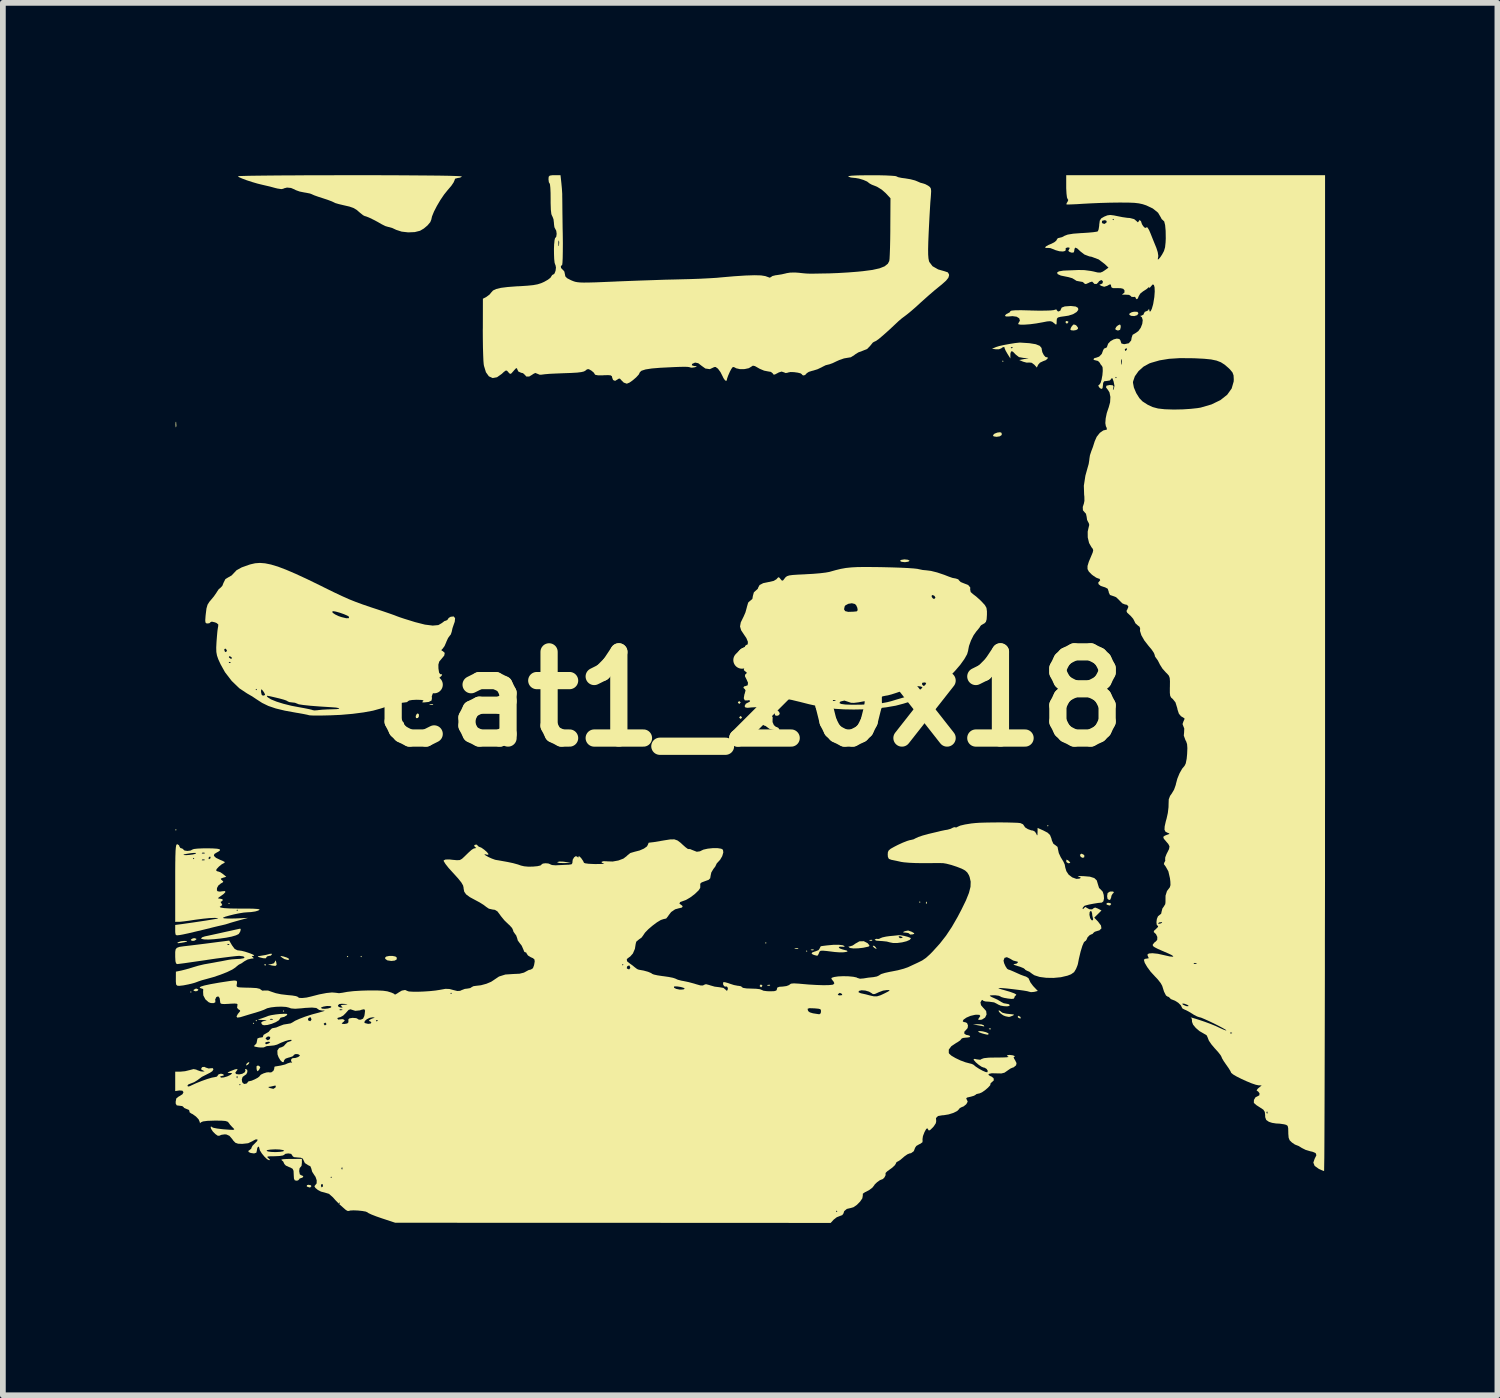
<source format=kicad_pcb>
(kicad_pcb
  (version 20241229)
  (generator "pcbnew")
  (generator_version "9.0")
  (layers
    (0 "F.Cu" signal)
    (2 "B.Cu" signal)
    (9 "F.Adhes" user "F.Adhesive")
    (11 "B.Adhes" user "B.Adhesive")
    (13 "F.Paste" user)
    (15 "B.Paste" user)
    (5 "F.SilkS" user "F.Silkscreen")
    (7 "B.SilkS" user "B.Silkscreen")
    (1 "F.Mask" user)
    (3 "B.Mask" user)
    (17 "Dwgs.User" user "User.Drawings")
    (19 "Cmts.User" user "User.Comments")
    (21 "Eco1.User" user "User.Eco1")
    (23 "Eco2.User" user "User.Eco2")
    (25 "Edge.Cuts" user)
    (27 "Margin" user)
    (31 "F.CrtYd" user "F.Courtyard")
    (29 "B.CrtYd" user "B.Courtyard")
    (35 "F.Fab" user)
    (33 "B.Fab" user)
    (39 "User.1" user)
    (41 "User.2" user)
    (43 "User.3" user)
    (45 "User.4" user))
  (footprint "cat1_20x18"
    (layer "F.Cu")
    (at 10.008 9.119)
    (property "Reference" "cat1_20x18" (at 0 0 0) (layer "F.SilkS") (effects (font (size 1.5 1.5) (thickness 0.3))))
    (attr board_only exclude_from_pos_files exclude_from_bom)
    (fp_poly (pts (xy -9.985 2.277) (xy -9.996 2.289) (xy -10.008 2.277) (xy -9.996 2.265)) (stroke (width 0) (type solid)) (fill yes) (layer "F.SilkS"))
    (fp_poly (pts (xy -9.724 5.099) (xy -9.735 5.111) (xy -9.747 5.099) (xy -9.735 5.087)) (stroke (width 0) (type solid)) (fill yes) (layer "F.SilkS"))
    (fp_poly (pts (xy -9.06 3.557) (xy -9.071 3.569) (xy -9.083 3.557) (xy -9.071 3.546)) (stroke (width 0) (type solid)) (fill yes) (layer "F.SilkS"))
    (fp_poly (pts (xy -8.633 5.644) (xy -8.645 5.656) (xy -8.656 5.644) (xy -8.645 5.633)) (stroke (width 0) (type solid)) (fill yes) (layer "F.SilkS"))
    (fp_poly (pts (xy -8.585 5.597) (xy -8.597 5.609) (xy -8.609 5.597) (xy -8.597 5.585)) (stroke (width 0) (type solid)) (fill yes) (layer "F.SilkS"))
    (fp_poly (pts (xy -8.111 5.431) (xy -8.123 5.443) (xy -8.135 5.431) (xy -8.123 5.419)) (stroke (width 0) (type solid)) (fill yes) (layer "F.SilkS"))
    (fp_poly (pts (xy -6.996 4.482) (xy -7.008 4.494) (xy -7.02 4.482) (xy -7.008 4.47)) (stroke (width 0) (type solid)) (fill yes) (layer "F.SilkS"))
    (fp_poly (pts (xy -6.759 4.482) (xy -6.771 4.494) (xy -6.783 4.482) (xy -6.771 4.47)) (stroke (width 0) (type solid)) (fill yes) (layer "F.SilkS"))
    (fp_poly (pts (xy 0.285 4.245) (xy 0.273 4.257) (xy 0.261 4.245) (xy 0.273 4.233)) (stroke (width 0) (type solid)) (fill yes) (layer "F.SilkS"))
    (fp_poly (pts (xy 0.996 4.387) (xy 0.984 4.399) (xy 0.972 4.387) (xy 0.984 4.376)) (stroke (width 0) (type solid)) (fill yes) (layer "F.SilkS"))
    (fp_poly (pts (xy 2.965 3.534) (xy 2.953 3.546) (xy 2.941 3.534) (xy 2.953 3.522)) (stroke (width 0) (type solid)) (fill yes) (layer "F.SilkS"))
    (fp_poly (pts (xy 4.411 -5.882) (xy 4.399 -5.87) (xy 4.387 -5.882) (xy 4.399 -5.893)) (stroke (width 0) (type solid)) (fill yes) (layer "F.SilkS"))
    (fp_poly (pts (xy 5.194 2.206) (xy 5.182 2.217) (xy 5.17 2.206) (xy 5.182 2.194)) (stroke (width 0) (type solid)) (fill yes) (layer "F.SilkS"))
    (fp_poly (pts (xy -8.427 4.621) (xy -8.43 4.635) (xy -8.443 4.637) (xy -8.462 4.628) (xy -8.459 4.621) (xy -8.431 4.618)) (stroke (width 0) (type solid)) (fill yes) (layer "F.SilkS"))
    (fp_poly (pts (xy -5.842 0.565) (xy -5.845 0.579) (xy -5.858 0.581) (xy -5.877 0.572) (xy -5.874 0.565) (xy -5.846 0.562)) (stroke (width 0) (type solid)) (fill yes) (layer "F.SilkS"))
    (fp_poly (pts (xy -5.52 0.091) (xy -5.517 0.1) (xy -5.55 0.103) (xy -5.583 0.099) (xy -5.579 0.091) (xy -5.531 0.088)) (stroke (width 0) (type solid)) (fill yes) (layer "F.SilkS"))
    (fp_poly (pts (xy 0.349 4.978) (xy 0.342 4.989) (xy 0.318 4.99) (xy 0.293 4.985) (xy 0.304 4.976) (xy 0.341 4.973)) (stroke (width 0) (type solid)) (fill yes) (layer "F.SilkS"))
    (fp_poly (pts (xy 0.836 4.336) (xy 0.839 4.345) (xy 0.806 4.348) (xy 0.773 4.344) (xy 0.777 4.336) (xy 0.825 4.333)) (stroke (width 0) (type solid)) (fill yes) (layer "F.SilkS"))
    (fp_poly (pts (xy 1.108 4.361) (xy 1.101 4.372) (xy 1.077 4.374) (xy 1.052 4.368) (xy 1.063 4.359) (xy 1.1 4.357)) (stroke (width 0) (type solid)) (fill yes) (layer "F.SilkS"))
    (fp_poly (pts (xy 2.128 4.195) (xy 2.121 4.206) (xy 2.097 4.208) (xy 2.072 4.202) (xy 2.083 4.193) (xy 2.12 4.191)) (stroke (width 0) (type solid)) (fill yes) (layer "F.SilkS"))
    (fp_poly (pts (xy 3.075 3.53) (xy 3.078 3.558) (xy 3.075 3.561) (xy 3.061 3.558) (xy 3.059 3.546) (xy 3.068 3.526)) (stroke (width 0) (type solid)) (fill yes) (layer "F.SilkS"))
    (fp_poly (pts (xy 4.19 5.735) (xy 4.187 5.749) (xy 4.174 5.751) (xy 4.155 5.742) (xy 4.158 5.735) (xy 4.186 5.733)) (stroke (width 0) (type solid)) (fill yes) (layer "F.SilkS"))
    (fp_poly (pts (xy -8.717 6.324) (xy -8.725 6.344) (xy -8.742 6.363) (xy -8.769 6.378) (xy -8.775 6.37) (xy -8.761 6.342) (xy -8.733 6.322)) (stroke (width 0) (type solid)) (fill yes) (layer "F.SilkS"))
    (fp_poly (pts (xy 2.161 4.297) (xy 2.181 4.316) (xy 2.203 4.346) (xy 2.188 4.346) (xy 2.159 4.329) (xy 2.136 4.304) (xy 2.138 4.293)) (stroke (width 0) (type solid)) (fill yes) (layer "F.SilkS"))
    (fp_poly (pts (xy -9.992 -4.82) (xy -9.988 -4.76) (xy -9.992 -4.737) (xy -9.999 -4.73) (xy -10.002 -4.763) (xy -10.003 -4.779) (xy -10 -4.822) (xy -9.994 -4.827)) (stroke (width 0) (type solid)) (fill yes) (layer "F.SilkS"))
    (fp_poly (pts (xy -9.641 4.172) (xy -9.641 4.186) (xy -9.674 4.206) (xy -9.703 4.21) (xy -9.735 4.2) (xy -9.735 4.186) (xy -9.702 4.166) (xy -9.673 4.162)) (stroke (width 0) (type solid)) (fill yes) (layer "F.SilkS"))
    (fp_poly (pts (xy -9.609 5.053) (xy -9.605 5.063) (xy -9.625 5.082) (xy -9.654 5.087) (xy -9.687 5.078) (xy -9.688 5.063) (xy -9.654 5.042) (xy -9.639 5.04)) (stroke (width 0) (type solid)) (fill yes) (layer "F.SilkS"))
    (fp_poly (pts (xy -8.543 6.389) (xy -8.527 6.412) (xy -8.546 6.45) (xy -8.571 6.479) (xy -8.584 6.467) (xy -8.591 6.442) (xy -8.593 6.393) (xy -8.569 6.378)) (stroke (width 0) (type solid)) (fill yes) (layer "F.SilkS"))
    (fp_poly (pts (xy -7.646 8.464) (xy -7.637 8.479) (xy -7.656 8.5) (xy -7.671 8.502) (xy -7.711 8.488) (xy -7.72 8.479) (xy -7.712 8.46) (xy -7.685 8.455)) (stroke (width 0) (type solid)) (fill yes) (layer "F.SilkS"))
    (fp_poly (pts (xy -5.766 0.267) (xy -5.766 0.302) (xy -5.783 0.33) (xy -5.814 0.332) (xy -5.817 0.329) (xy -5.822 0.297) (xy -5.805 0.261) (xy -5.784 0.249)) (stroke (width 0) (type solid)) (fill yes) (layer "F.SilkS"))
    (fp_poly (pts (xy -3.257 2.83) (xy -3.225 2.834) (xy -3.119 2.852) (xy -3.248 2.855) (xy -3.318 2.853) (xy -3.354 2.845) (xy -3.355 2.837) (xy -3.319 2.828)) (stroke (width 0) (type solid)) (fill yes) (layer "F.SilkS"))
    (fp_poly (pts (xy -0.167 0.054) (xy -0.166 0.059) (xy -0.184 0.082) (xy -0.19 0.083) (xy -0.213 0.065) (xy -0.213 0.059) (xy -0.195 0.036) (xy -0.19 0.036)) (stroke (width 0) (type solid)) (fill yes) (layer "F.SilkS"))
    (fp_poly (pts (xy -0.143 0.314) (xy -0.142 0.32) (xy -0.16 0.343) (xy -0.166 0.344) (xy -0.189 0.326) (xy -0.19 0.32) (xy -0.172 0.297) (xy -0.166 0.296)) (stroke (width 0) (type solid)) (fill yes) (layer "F.SilkS"))
    (fp_poly (pts (xy 0.213 4.987) (xy 0.213 4.992) (xy 0.195 5.015) (xy 0.19 5.016) (xy 0.167 4.998) (xy 0.166 4.992) (xy 0.184 4.969) (xy 0.19 4.969)) (stroke (width 0) (type solid)) (fill yes) (layer "F.SilkS"))
    (fp_poly (pts (xy 4.703 5.531) (xy 4.708 5.538) (xy 4.707 5.56) (xy 4.699 5.561) (xy 4.665 5.544) (xy 4.66 5.538) (xy 4.661 5.516) (xy 4.669 5.514)) (stroke (width 0) (type solid)) (fill yes) (layer "F.SilkS"))
    (fp_poly (pts (xy 5.54 -6.57) (xy 5.538 -6.558) (xy 5.517 -6.535) (xy 5.514 -6.534) (xy 5.495 -6.55) (xy 5.49 -6.558) (xy 5.496 -6.578) (xy 5.514 -6.581)) (stroke (width 0) (type solid)) (fill yes) (layer "F.SilkS"))
    (fp_poly (pts (xy 5.809 2.711) (xy 5.819 2.727) (xy 5.814 2.756) (xy 5.785 2.763) (xy 5.755 2.747) (xy 5.74 2.713) (xy 5.763 2.693) (xy 5.772 2.692)) (stroke (width 0) (type solid)) (fill yes) (layer "F.SilkS"))
    (fp_poly (pts (xy 6.275 3.555) (xy 6.285 3.569) (xy 6.266 3.591) (xy 6.251 3.593) (xy 6.21 3.579) (xy 6.202 3.569) (xy 6.209 3.551) (xy 6.236 3.546)) (stroke (width 0) (type solid)) (fill yes) (layer "F.SilkS"))
    (fp_poly (pts (xy -9.806 4.212) (xy -9.802 4.22) (xy -9.843 4.232) (xy -9.901 4.243) (xy -9.958 4.25) (xy -9.972 4.244) (xy -9.961 4.235) (xy -9.911 4.216) (xy -9.856 4.21)) (stroke (width 0) (type solid)) (fill yes) (layer "F.SilkS"))
    (fp_poly (pts (xy -8.123 4.481) (xy -8.064 4.5) (xy -8.029 4.52) (xy -8.025 4.536) (xy -8.053 4.541) (xy -8.107 4.526) (xy -8.146 4.502) (xy -8.176 4.477) (xy -8.169 4.472)) (stroke (width 0) (type solid)) (fill yes) (layer "F.SilkS"))
    (fp_poly (pts (xy -6.025 0.425) (xy -6.028 0.45) (xy -6.038 0.475) (xy -6.063 0.468) (xy -6.083 0.453) (xy -6.115 0.426) (xy -6.109 0.411) (xy -6.088 0.402) (xy -6.041 0.396)) (stroke (width 0) (type solid)) (fill yes) (layer "F.SilkS"))
    (fp_poly (pts (xy -5.598 0.656) (xy -5.55 0.673) (xy -5.532 0.694) (xy -5.537 0.719) (xy -5.567 0.721) (xy -5.606 0.702) (xy -5.623 0.685) (xy -5.64 0.658) (xy -5.62 0.653)) (stroke (width 0) (type solid)) (fill yes) (layer "F.SilkS"))
    (fp_poly (pts (xy 4.377 -4.634) (xy 4.38 -4.597) (xy 4.344 -4.573) (xy 4.289 -4.565) (xy 4.238 -4.573) (xy 4.227 -4.594) (xy 4.254 -4.62) (xy 4.303 -4.639) (xy 4.351 -4.645)) (stroke (width 0) (type solid)) (fill yes) (layer "F.SilkS"))
    (fp_poly (pts (xy 5.534 2.808) (xy 5.538 2.81) (xy 5.567 2.839) (xy 5.573 2.849) (xy 5.554 2.857) (xy 5.538 2.858) (xy 5.507 2.839) (xy 5.502 2.819) (xy 5.508 2.794)) (stroke (width 0) (type solid)) (fill yes) (layer "F.SilkS"))
    (fp_poly (pts (xy 6.45 -6.502) (xy 6.451 -6.475) (xy 6.44 -6.428) (xy 6.403 -6.415) (xy 6.365 -6.428) (xy 6.356 -6.445) (xy 6.374 -6.48) (xy 6.403 -6.505) (xy 6.438 -6.521)) (stroke (width 0) (type solid)) (fill yes) (layer "F.SilkS"))
    (fp_poly (pts (xy 4.026 5.663) (xy 4.064 5.677) (xy 4.067 5.68) (xy 4.076 5.7) (xy 4.075 5.7) (xy 4.049 5.694) (xy 3.994 5.684) (xy 3.972 5.68) (xy 3.878 5.663) (xy 3.965 5.66)) (stroke (width 0) (type solid)) (fill yes) (layer "F.SilkS"))
    (fp_poly (pts (xy 6.74 -6.741) (xy 6.759 -6.718) (xy 6.759 -6.716) (xy 6.739 -6.683) (xy 6.687 -6.667) (xy 6.633 -6.671) (xy 6.6 -6.689) (xy 6.605 -6.713) (xy 6.643 -6.734) (xy 6.684 -6.743)) (stroke (width 0) (type solid)) (fill yes) (layer "F.SilkS"))
    (fp_poly (pts (xy -6.176 4.481) (xy -6.153 4.497) (xy -6.151 4.53) (xy -6.185 4.552) (xy -6.245 4.559) (xy -6.314 4.549) (xy -6.35 4.524) (xy -6.356 4.504) (xy -6.336 4.483) (xy -6.287 4.472) (xy -6.228 4.471)) (stroke (width 0) (type solid)) (fill yes) (layer "F.SilkS"))
    (fp_poly (pts (xy 5.665 -6.512) (xy 5.678 -6.503) (xy 5.706 -6.467) (xy 5.706 -6.443) (xy 5.676 -6.424) (xy 5.63 -6.416) (xy 5.589 -6.42) (xy 5.573 -6.434) (xy 5.586 -6.467) (xy 5.603 -6.495) (xy 5.632 -6.522)) (stroke (width 0) (type solid)) (fill yes) (layer "F.SilkS"))
    (fp_poly (pts (xy 2.747 -2.425) (xy 2.774 -2.41) (xy 2.775 -2.407) (xy 2.754 -2.392) (xy 2.703 -2.384) (xy 2.692 -2.383) (xy 2.637 -2.389) (xy 2.609 -2.404) (xy 2.609 -2.407) (xy 2.63 -2.423) (xy 2.681 -2.431) (xy 2.692 -2.431)) (stroke (width 0) (type solid)) (fill yes) (layer "F.SilkS"))
    (fp_poly (pts (xy 2.811 4.05) (xy 2.853 4.074) (xy 2.856 4.087) (xy 2.825 4.097) (xy 2.786 4.099) (xy 2.775 4.089) (xy 2.754 4.073) (xy 2.71 4.066) (xy 2.666 4.063) (xy 2.666 4.054) (xy 2.695 4.04) (xy 2.751 4.029)) (stroke (width 0) (type solid)) (fill yes) (layer "F.SilkS"))
    (fp_poly (pts (xy 4.05 5.785) (xy 4.105 5.799) (xy 4.143 5.816) (xy 4.15 5.825) (xy 4.146 5.84) (xy 4.126 5.842) (xy 4.078 5.831) (xy 4.035 5.819) (xy 3.986 5.801) (xy 3.967 5.786) (xy 3.967 5.784) (xy 3.998 5.779)) (stroke (width 0) (type solid)) (fill yes) (layer "F.SilkS"))
    (fp_poly (pts (xy 6.332 3.367) (xy 6.308 3.391) (xy 6.289 3.425) (xy 6.285 3.452) (xy 6.27 3.49) (xy 6.249 3.498) (xy 6.221 3.477) (xy 6.214 3.43) (xy 6.223 3.377) (xy 6.259 3.353) (xy 6.273 3.35) (xy 6.319 3.35)) (stroke (width 0) (type solid)) (fill yes) (layer "F.SilkS"))
    (fp_poly (pts (xy -8.253 4.568) (xy -8.249 4.583) (xy -8.242 4.628) (xy -8.263 4.645) (xy -8.317 4.639) (xy -8.336 4.635) (xy -8.383 4.623) (xy -8.386 4.618) (xy -8.346 4.616) (xy -8.344 4.616) (xy -8.289 4.599) (xy -8.272 4.571) (xy -8.263 4.548)) (stroke (width 0) (type solid)) (fill yes) (layer "F.SilkS"))
    (fp_poly (pts (xy -8.324 4.444) (xy -8.344 4.466) (xy -8.372 4.47) (xy -8.41 4.48) (xy -8.419 4.494) (xy -8.433 4.513) (xy -8.477 4.511) (xy -8.538 4.496) (xy -8.57 4.484) (xy -8.565 4.476) (xy -8.519 4.469) (xy -8.502 4.466) (xy -8.43 4.454) (xy -8.373 4.439) (xy -8.366 4.436) (xy -8.331 4.432)) (stroke (width 0) (type solid)) (fill yes) (layer "F.SilkS"))
    (fp_poly (pts (xy 2.044 4.249) (xy 2.05 4.255) (xy 2.077 4.289) (xy 2.07 4.305) (xy 2.047 4.312) (xy 1.968 4.329) (xy 1.88 4.339) (xy 1.799 4.341) (xy 1.743 4.334) (xy 1.731 4.329) (xy 1.71 4.31) (xy 1.732 4.305) (xy 1.738 4.305) (xy 1.786 4.289) (xy 1.832 4.257) (xy 1.902 4.217) (xy 1.979 4.215)) (stroke (width 0) (type solid)) (fill yes) (layer "F.SilkS"))
    (fp_poly (pts (xy 4.365 5.438) (xy 4.368 5.443) (xy 4.394 5.461) (xy 4.451 5.475) (xy 4.471 5.478) (xy 4.537 5.485) (xy 4.583 5.49) (xy 4.589 5.491) (xy 4.59 5.5) (xy 4.565 5.514) (xy 4.522 5.53) (xy 4.506 5.533) (xy 4.476 5.528) (xy 4.443 5.521) (xy 4.404 5.505) (xy 4.363 5.476) (xy 4.333 5.445) (xy 4.324 5.424) (xy 4.334 5.419)) (stroke (width 0) (type solid)) (fill yes) (layer "F.SilkS"))
    (fp_poly (pts (xy -8.867 4.013) (xy -8.877 4.049) (xy -8.899 4.084) (xy -8.905 4.091) (xy -8.951 4.113) (xy -9.026 4.135) (xy -9.122 4.154) (xy -9.228 4.169) (xy -9.333 4.18) (xy -9.429 4.186) (xy -9.504 4.184) (xy -9.549 4.175) (xy -9.558 4.165) (xy -9.537 4.146) (xy -9.492 4.131) (xy -9.444 4.121) (xy -9.361 4.103) (xy -9.256 4.08) (xy -9.154 4.057) (xy -9.048 4.034) (xy -8.959 4.014) (xy -8.899 4.001) (xy -8.876 3.996)) (stroke (width 0) (type solid)) (fill yes) (layer "F.SilkS"))
    (fp_poly (pts (xy -7.803 8.075) (xy -7.809 8.125) (xy -7.826 8.146) (xy -7.826 8.146) (xy -7.843 8.167) (xy -7.85 8.217) (xy -7.85 8.218) (xy -7.839 8.274) (xy -7.814 8.289) (xy -7.783 8.302) (xy -7.779 8.313) (xy -7.798 8.334) (xy -7.814 8.336) (xy -7.846 8.349) (xy -7.85 8.36) (xy -7.87 8.379) (xy -7.897 8.384) (xy -7.927 8.377) (xy -7.941 8.347) (xy -7.945 8.283) (xy -7.945 8.279) (xy -7.948 8.212) (xy -7.964 8.177) (xy -8.003 8.155) (xy -8.028 8.146) (xy -8.082 8.121) (xy -8.11 8.092) (xy -8.111 8.087) (xy -8.129 8.049) (xy -8.152 8.03) (xy -8.161 8.018) (xy -8.133 8.01) (xy -8.065 8.006) (xy -7.998 8.005) (xy -7.803 8.004)) (stroke (width 0) (type solid)) (fill yes) (layer "F.SilkS"))
    (fp_poly (pts (xy -8.066 5.48) (xy -8.057 5.491) (xy -8.065 5.504) (xy -8.112 5.533) (xy -8.138 5.538) (xy -8.174 5.547) (xy -8.182 5.559) (xy -8.203 5.591) (xy -8.257 5.624) (xy -8.328 5.653) (xy -8.402 5.673) (xy -8.464 5.678) (xy -8.496 5.666) (xy -8.513 5.633) (xy -8.484 5.61) (xy -8.449 5.602) (xy -8.417 5.596) (xy -8.428 5.591) (xy -8.479 5.587) (xy -8.573 5.581) (xy -8.568 5.579) (xy -8.362 5.579) (xy -8.338 5.583) (xy -8.307 5.579) (xy -8.307 5.571) (xy -8.339 5.565) (xy -8.353 5.569) (xy -8.362 5.579) (xy -8.568 5.579) (xy -8.502 5.558) (xy -8.435 5.534) (xy -8.384 5.514) (xy -8.335 5.502) (xy -8.258 5.49) (xy -8.187 5.482) (xy -8.107 5.478)) (stroke (width 0) (type solid)) (fill yes) (layer "F.SilkS"))
    (fp_poly (pts (xy 2.624 4.112) (xy 2.684 4.123) (xy 2.744 4.139) (xy 2.788 4.156) (xy 2.799 4.166) (xy 2.777 4.192) (xy 2.722 4.216) (xy 2.646 4.235) (xy 2.563 4.246) (xy 2.487 4.246) (xy 2.431 4.235) (xy 2.379 4.221) (xy 2.303 4.213) (xy 2.269 4.211) (xy 2.2 4.206) (xy 2.17 4.193) (xy 2.17 4.186) (xy 2.199 4.172) (xy 2.208 4.176) (xy 2.244 4.175) (xy 2.262 4.165) (xy 2.301 4.149) (xy 2.346 4.139) (xy 2.585 4.139) (xy 2.604 4.16) (xy 2.621 4.162) (xy 2.652 4.157) (xy 2.656 4.153) (xy 2.638 4.138) (xy 2.621 4.13) (xy 2.59 4.129) (xy 2.585 4.139) (xy 2.346 4.139) (xy 2.37 4.134) (xy 2.429 4.126) (xy 2.506 4.119) (xy 2.562 4.113) (xy 2.582 4.11)) (stroke (width 0) (type solid)) (fill yes) (layer "F.SilkS"))
    (fp_poly (pts (xy 1.61 4.285) (xy 1.639 4.298) (xy 1.643 4.313) (xy 1.605 4.311) (xy 1.603 4.311) (xy 1.558 4.31) (xy 1.542 4.323) (xy 1.562 4.342) (xy 1.614 4.36) (xy 1.63 4.364) (xy 1.684 4.378) (xy 1.697 4.391) (xy 1.676 4.401) (xy 1.627 4.408) (xy 1.557 4.409) (xy 1.473 4.403) (xy 1.441 4.399) (xy 1.336 4.386) (xy 1.27 4.38) (xy 1.231 4.381) (xy 1.212 4.391) (xy 1.202 4.41) (xy 1.198 4.423) (xy 1.179 4.46) (xy 1.166 4.468) (xy 1.132 4.46) (xy 1.109 4.454) (xy 1.071 4.435) (xy 1.078 4.413) (xy 1.126 4.394) (xy 1.138 4.391) (xy 1.191 4.37) (xy 1.21 4.341) (xy 1.226 4.307) (xy 1.239 4.301) (xy 1.283 4.295) (xy 1.34 4.288) (xy 1.447 4.278) (xy 1.541 4.277)) (stroke (width 0) (type solid)) (fill yes) (layer "F.SilkS"))
    (fp_poly (pts (xy 5.668 -6.833) (xy 5.708 -6.809) (xy 5.712 -6.775) (xy 5.684 -6.738) (xy 5.627 -6.703) (xy 5.544 -6.675) (xy 5.481 -6.665) (xy 5.402 -6.654) (xy 5.358 -6.642) (xy 5.34 -6.621) (xy 5.336 -6.585) (xy 5.336 -6.575) (xy 5.334 -6.526) (xy 5.321 -6.519) (xy 5.288 -6.546) (xy 5.258 -6.569) (xy 5.223 -6.578) (xy 5.17 -6.574) (xy 5.093 -6.559) (xy 4.981 -6.539) (xy 4.875 -6.525) (xy 4.782 -6.518) (xy 4.711 -6.517) (xy 4.67 -6.524) (xy 4.667 -6.538) (xy 4.696 -6.587) (xy 4.684 -6.628) (xy 4.639 -6.656) (xy 4.566 -6.666) (xy 4.5 -6.66) (xy 4.45 -6.66) (xy 4.436 -6.679) (xy 4.462 -6.703) (xy 4.482 -6.712) (xy 4.521 -6.734) (xy 4.53 -6.752) (xy 4.551 -6.762) (xy 4.615 -6.768) (xy 4.723 -6.769) (xy 4.877 -6.765) (xy 4.891 -6.764) (xy 5.026 -6.761) (xy 5.143 -6.762) (xy 5.232 -6.765) (xy 5.286 -6.771) (xy 5.295 -6.774) (xy 5.33 -6.784) (xy 5.336 -6.772) (xy 5.355 -6.75) (xy 5.372 -6.747) (xy 5.403 -6.765) (xy 5.407 -6.78) (xy 5.424 -6.815) (xy 5.477 -6.835) (xy 5.572 -6.842) (xy 5.588 -6.842)) (stroke (width 0) (type solid)) (fill yes) (layer "F.SilkS"))
    (fp_poly (pts (xy 4.862 -6.195) (xy 4.972 -6.177) (xy 5.041 -6.149) (xy 5.073 -6.111) (xy 5.075 -6.093) (xy 5.086 -6.039) (xy 5.112 -5.988) (xy 5.142 -5.954) (xy 5.161 -5.951) (xy 5.182 -5.946) (xy 5.179 -5.929) (xy 5.148 -5.9) (xy 5.1 -5.882) (xy 5.044 -5.855) (xy 5.013 -5.819) (xy 4.991 -5.771) (xy 4.946 -5.821) (xy 4.898 -5.855) (xy 4.861 -5.858) (xy 4.811 -5.857) (xy 4.752 -5.873) (xy 4.684 -5.902) (xy 4.767 -5.918) (xy 4.85 -5.935) (xy 4.759 -5.938) (xy 4.679 -5.953) (xy 4.623 -5.997) (xy 4.62 -6) (xy 4.573 -6.049) (xy 4.543 -6.053) (xy 4.53 -6.013) (xy 4.53 -5.994) (xy 4.53 -5.929) (xy 4.478 -6.012) (xy 4.446 -6.068) (xy 4.43 -6.107) (xy 4.43 -6.113) (xy 4.425 -6.123) (xy 4.538 -6.123) (xy 4.541 -6.109) (xy 4.554 -6.107) (xy 4.573 -6.116) (xy 4.569 -6.123) (xy 4.541 -6.126) (xy 4.538 -6.123) (xy 4.425 -6.123) (xy 4.422 -6.13) (xy 4.392 -6.121) (xy 4.371 -6.105) (xy 4.331 -6.089) (xy 4.278 -6.089) (xy 4.21 -6.098) (xy 4.281 -6.128) (xy 4.335 -6.145) (xy 4.42 -6.164) (xy 4.518 -6.182) (xy 4.612 -6.197) (xy 4.686 -6.205) (xy 4.708 -6.205)) (stroke (width 0) (type solid)) (fill yes) (layer "F.SilkS"))
    (fp_poly (pts (xy -6.557 -9.119) (xy -6.201 -9.118) (xy -5.891 -9.116) (xy -5.628 -9.114) (xy -5.412 -9.112) (xy -5.242 -9.109) (xy -5.12 -9.105) (xy -5.044 -9.101) (xy -5.016 -9.096) (xy -5.016 -9.095) (xy -5.049 -9.077) (xy -5.089 -9.071) (xy -5.136 -9.058) (xy -5.146 -9.03) (xy -5.162 -8.993) (xy -5.202 -8.934) (xy -5.26 -8.866) (xy -5.267 -8.858) (xy -5.328 -8.782) (xy -5.393 -8.686) (xy -5.453 -8.584) (xy -5.504 -8.485) (xy -5.538 -8.401) (xy -5.55 -8.347) (xy -5.568 -8.302) (xy -5.616 -8.245) (xy -5.68 -8.191) (xy -5.746 -8.152) (xy -5.838 -8.129) (xy -5.952 -8.124) (xy -6.066 -8.137) (xy -6.159 -8.167) (xy -6.166 -8.17) (xy -6.232 -8.201) (xy -6.289 -8.217) (xy -6.297 -8.218) (xy -6.349 -8.233) (xy -6.411 -8.264) (xy -6.415 -8.266) (xy -6.484 -8.306) (xy -6.562 -8.347) (xy -6.635 -8.382) (xy -6.689 -8.403) (xy -6.707 -8.407) (xy -6.737 -8.422) (xy -6.783 -8.459) (xy -6.792 -8.466) (xy -6.85 -8.516) (xy -6.906 -8.549) (xy -6.975 -8.573) (xy -7.075 -8.596) (xy -7.079 -8.597) (xy -7.159 -8.616) (xy -7.221 -8.634) (xy -7.247 -8.647) (xy -7.281 -8.663) (xy -7.347 -8.688) (xy -7.431 -8.716) (xy -7.437 -8.718) (xy -7.521 -8.745) (xy -7.588 -8.769) (xy -7.624 -8.785) (xy -7.625 -8.786) (xy -7.661 -8.8) (xy -7.726 -8.813) (xy -7.763 -8.819) (xy -7.842 -8.835) (xy -7.909 -8.859) (xy -7.928 -8.87) (xy -7.992 -8.897) (xy -8.062 -8.904) (xy -8.117 -8.89) (xy -8.124 -8.884) (xy -8.16 -8.877) (xy -8.227 -8.887) (xy -8.265 -8.896) (xy -8.361 -8.922) (xy -8.46 -8.945) (xy -8.49 -8.952) (xy -8.576 -8.973) (xy -8.671 -9.001) (xy -8.763 -9.031) (xy -8.843 -9.061) (xy -8.897 -9.085) (xy -8.917 -9.101) (xy -8.894 -9.104) (xy -8.827 -9.106) (xy -8.72 -9.109) (xy -8.575 -9.111) (xy -8.397 -9.113) (xy -8.189 -9.115) (xy -7.955 -9.116) (xy -7.698 -9.118) (xy -7.421 -9.118) (xy -7.128 -9.119) (xy -6.959 -9.119)) (stroke (width 0) (type solid)) (fill yes) (layer "F.SilkS"))
    (fp_poly (pts (xy -9.017 4.29) (xy -8.973 4.349) (xy -8.926 4.373) (xy -8.9 4.376) (xy -8.854 4.382) (xy -8.794 4.397) (xy -8.732 4.417) (xy -8.677 4.438) (xy -8.64 4.456) (xy -8.634 4.468) (xy -8.645 4.47) (xy -8.676 4.474) (xy -8.663 4.49) (xy -8.656 4.494) (xy -8.64 4.511) (xy -8.664 4.517) (xy -8.683 4.518) (xy -8.746 4.533) (xy -8.805 4.565) (xy -8.851 4.598) (xy -8.88 4.613) (xy -8.881 4.613) (xy -8.906 4.627) (xy -8.95 4.663) (xy -8.958 4.671) (xy -9.015 4.709) (xy -9.106 4.753) (xy -9.22 4.798) (xy -9.345 4.84) (xy -9.468 4.874) (xy -9.475 4.876) (xy -9.548 4.896) (xy -9.608 4.916) (xy -9.617 4.92) (xy -9.684 4.943) (xy -9.775 4.966) (xy -9.866 4.984) (xy -9.937 4.992) (xy -9.943 4.992) (xy -9.975 4.988) (xy -9.992 4.968) (xy -9.997 4.92) (xy -9.997 4.869) (xy -9.996 4.745) (xy -9.903 4.726) (xy -9.82 4.705) (xy -9.727 4.678) (xy -9.702 4.67) (xy -9.608 4.642) (xy -9.504 4.617) (xy -9.475 4.612) (xy -9.356 4.591) (xy -9.271 4.575) (xy -9.207 4.564) (xy -9.151 4.553) (xy -9.131 4.549) (xy -9.073 4.538) (xy -9.019 4.531) (xy -8.951 4.526) (xy -8.876 4.522) (xy -8.817 4.512) (xy -8.8 4.495) (xy -8.824 4.479) (xy -8.885 4.471) (xy -8.894 4.47) (xy -8.946 4.474) (xy -9.037 4.484) (xy -9.156 4.499) (xy -9.296 4.517) (xy -9.446 4.539) (xy -9.463 4.542) (xy -9.609 4.563) (xy -9.74 4.582) (xy -9.85 4.598) (xy -9.929 4.608) (xy -9.97 4.613) (xy -9.973 4.613) (xy -9.993 4.602) (xy -10.004 4.563) (xy -10.008 4.488) (xy -10.008 4.471) (xy -10.008 4.402) (xy -10.001 4.358) (xy -9.98 4.331) (xy -9.935 4.314) (xy -9.859 4.303) (xy -9.771 4.293) (xy -9.672 4.281) (xy -9.558 4.267) (xy -9.543 4.265) (xy -9.099 4.265) (xy -9.096 4.279) (xy -9.083 4.281) (xy -9.064 4.272) (xy -9.067 4.265) (xy -9.096 4.262) (xy -9.099 4.265) (xy -9.543 4.265) (xy -9.486 4.258) (xy -9.378 4.244) (xy -9.264 4.229) (xy -9.2 4.221) (xy -9.068 4.204)) (stroke (width 0) (type solid)) (fill yes) (layer "F.SilkS"))
    (fp_poly (pts (xy -9.941 2.545) (xy -9.937 2.561) (xy -9.918 2.593) (xy -9.901 2.597) (xy -9.87 2.61) (xy -9.866 2.621) (xy -9.845 2.637) (xy -9.796 2.644) (xy -9.741 2.637) (xy -9.712 2.621) (xy -9.683 2.61) (xy -9.62 2.603) (xy -9.535 2.599) (xy -9.441 2.598) (xy -9.352 2.6) (xy -9.279 2.605) (xy -9.236 2.614) (xy -9.233 2.616) (xy -9.229 2.636) (xy -9.271 2.664) (xy -9.275 2.665) (xy -9.327 2.697) (xy -9.335 2.729) (xy -9.298 2.764) (xy -9.216 2.803) (xy -9.19 2.813) (xy -9.147 2.835) (xy -9.149 2.85) (xy -9.154 2.852) (xy -9.198 2.876) (xy -9.247 2.916) (xy -9.285 2.957) (xy -9.297 2.981) (xy -9.278 2.998) (xy -9.264 3) (xy -9.223 3.014) (xy -9.175 3.047) (xy -9.119 3.094) (xy -9.176 3.11) (xy -9.214 3.125) (xy -9.21 3.141) (xy -9.194 3.154) (xy -9.171 3.177) (xy -9.185 3.195) (xy -9.211 3.208) (xy -9.255 3.243) (xy -9.281 3.289) (xy -9.282 3.331) (xy -9.269 3.346) (xy -9.231 3.352) (xy -9.189 3.346) (xy -9.142 3.342) (xy -9.134 3.359) (xy -9.164 3.392) (xy -9.208 3.424) (xy -9.254 3.456) (xy -9.263 3.47) (xy -9.237 3.474) (xy -9.232 3.474) (xy -9.19 3.483) (xy -9.178 3.498) (xy -9.197 3.521) (xy -9.205 3.522) (xy -9.219 3.532) (xy -9.204 3.555) (xy -9.189 3.585) (xy -9.207 3.599) (xy -9.234 3.616) (xy -9.217 3.629) (xy -9.157 3.639) (xy -9.058 3.645) (xy -8.922 3.647) (xy -8.869 3.647) (xy -8.75 3.647) (xy -8.649 3.649) (xy -8.577 3.654) (xy -8.541 3.66) (xy -8.538 3.662) (xy -8.559 3.68) (xy -8.614 3.697) (xy -8.689 3.708) (xy -8.758 3.712) (xy -8.818 3.717) (xy -8.897 3.73) (xy -8.985 3.748) (xy -9.069 3.769) (xy -9.136 3.788) (xy -9.174 3.805) (xy -9.178 3.81) (xy -9.156 3.817) (xy -9.097 3.82) (xy -9.012 3.82) (xy -8.959 3.819) (xy -8.739 3.809) (xy -8.894 3.851) (xy -8.978 3.875) (xy -9.047 3.895) (xy -9.083 3.907) (xy -9.132 3.922) (xy -9.19 3.936) (xy -9.265 3.953) (xy -9.344 3.972) (xy -9.504 4.012) (xy -9.651 4.047) (xy -9.777 4.077) (xy -9.875 4.098) (xy -9.931 4.108) (xy -9.981 4.113) (xy -10.002 4.099) (xy -10.008 4.055) (xy -10.008 4.026) (xy -10.008 3.932) (xy -9.884 3.916) (xy -9.809 3.905) (xy -9.703 3.89) (xy -9.581 3.872) (xy -9.475 3.856) (xy -9.361 3.837) (xy -9.29 3.825) (xy -9.26 3.816) (xy -9.268 3.812) (xy -9.309 3.81) (xy -9.32 3.809) (xy -9.406 3.812) (xy -9.518 3.823) (xy -9.635 3.838) (xy -9.664 3.842) (xy -9.768 3.858) (xy -9.86 3.87) (xy -9.927 3.877) (xy -9.943 3.877) (xy -10.008 3.878) (xy -10.008 3.676) (xy -8.941 3.676) (xy -8.929 3.688) (xy -8.917 3.676) (xy -8.929 3.664) (xy -8.941 3.676) (xy -10.008 3.676) (xy -10.008 3.202) (xy -10.008 3.003) (xy -10.007 2.846) (xy -10.006 2.805) (xy -9.547 2.805) (xy -9.524 2.808) (xy -9.493 2.804) (xy -9.493 2.796) (xy -9.525 2.79) (xy -9.538 2.794) (xy -9.547 2.805) (xy -10.006 2.805) (xy -10.006 2.775) (xy -9.7 2.775) (xy -9.688 2.787) (xy -9.676 2.775) (xy -9.688 2.763) (xy -9.427 2.763) (xy -9.425 2.785) (xy -9.417 2.787) (xy -9.393 2.769) (xy -9.392 2.763) (xy -9.4 2.74) (xy -9.402 2.739) (xy -9.422 2.756) (xy -9.427 2.763) (xy -9.688 2.763) (xy -9.7 2.775) (xy -10.006 2.775) (xy -10.005 2.727) (xy -10.004 2.707) (xy -9.864 2.707) (xy -9.856 2.715) (xy -9.817 2.717) (xy -9.761 2.713) (xy -9.704 2.706) (xy -9.662 2.696) (xy -9.652 2.692) (xy -9.65 2.686) (xy -9.547 2.686) (xy -9.524 2.69) (xy -9.493 2.686) (xy -9.493 2.677) (xy -9.525 2.672) (xy -9.538 2.676) (xy -9.547 2.686) (xy -9.65 2.686) (xy -9.647 2.679) (xy -9.685 2.678) (xy -9.735 2.683) (xy -9.805 2.694) (xy -9.853 2.703) (xy -9.864 2.707) (xy -10.004 2.707) (xy -10.002 2.641) (xy -9.997 2.583) (xy -9.991 2.547) (xy -9.982 2.53) (xy -9.973 2.526)) (stroke (width 0) (type solid)) (fill yes) (layer "F.SilkS"))
    (fp_poly (pts (xy -8.444 -2.363) (xy -8.341 -2.342) (xy -8.221 -2.306) (xy -8.079 -2.252) (xy -7.911 -2.18) (xy -7.712 -2.088) (xy -7.478 -1.974) (xy -7.4 -1.935) (xy -7.237 -1.855) (xy -7.103 -1.792) (xy -6.985 -1.739) (xy -6.87 -1.693) (xy -6.745 -1.647) (xy -6.596 -1.596) (xy -6.486 -1.56) (xy -6.375 -1.523) (xy -6.273 -1.488) (xy -6.194 -1.46) (xy -6.154 -1.444) (xy -6.102 -1.425) (xy -6.018 -1.397) (xy -5.914 -1.365) (xy -5.834 -1.34) (xy -5.661 -1.296) (xy -5.525 -1.279) (xy -5.427 -1.288) (xy -5.363 -1.325) (xy -5.359 -1.329) (xy -5.319 -1.359) (xy -5.298 -1.364) (xy -5.268 -1.378) (xy -5.265 -1.388) (xy -5.245 -1.414) (xy -5.212 -1.433) (xy -5.16 -1.438) (xy -5.136 -1.408) (xy -5.142 -1.346) (xy -5.158 -1.302) (xy -5.181 -1.235) (xy -5.193 -1.181) (xy -5.194 -1.174) (xy -5.211 -1.124) (xy -5.228 -1.104) (xy -5.258 -1.063) (xy -5.287 -1) (xy -5.291 -0.988) (xy -5.319 -0.924) (xy -5.35 -0.88) (xy -5.355 -0.875) (xy -5.377 -0.852) (xy -5.357 -0.837) (xy -5.351 -0.835) (xy -5.316 -0.804) (xy -5.325 -0.757) (xy -5.373 -0.699) (xy -5.412 -0.653) (xy -5.427 -0.6) (xy -5.426 -0.534) (xy -5.415 -0.461) (xy -5.395 -0.433) (xy -5.389 -0.433) (xy -5.362 -0.43) (xy -5.37 -0.407) (xy -5.41 -0.37) (xy -5.43 -0.357) (xy -5.478 -0.314) (xy -5.496 -0.261) (xy -5.498 -0.22) (xy -5.504 -0.152) (xy -5.521 -0.101) (xy -5.525 -0.096) (xy -5.542 -0.046) (xy -5.539 -0.016) (xy -5.546 0.025) (xy -5.595 0.05) (xy -5.68 0.059) (xy -5.711 0.055) (xy -5.698 0.04) (xy -5.692 0.036) (xy -5.687 0.022) (xy -5.723 0.015) (xy -5.804 0.012) (xy -5.805 0.012) (xy -5.883 0.016) (xy -5.936 0.025) (xy -5.953 0.036) (xy -5.973 0.053) (xy -6.014 0.059) (xy -6.08 0.067) (xy -6.177 0.089) (xy -6.293 0.12) (xy -6.416 0.16) (xy -6.439 0.167) (xy -6.565 0.202) (xy -6.728 0.232) (xy -6.919 0.257) (xy -7.127 0.275) (xy -7.308 0.283) (xy -7.432 0.286) (xy -7.539 0.287) (xy -7.621 0.286) (xy -7.669 0.283) (xy -7.675 0.282) (xy -7.71 0.273) (xy -7.779 0.259) (xy -7.868 0.243) (xy -7.901 0.238) (xy -8.098 0.202) (xy -8.256 0.164) (xy -8.386 0.12) (xy -8.495 0.067) (xy -8.594 0.003) (xy -8.597 0.001) (xy -8.67 -0.048) (xy -8.688 -0.058) (xy -8.411 -0.058) (xy -8.411 -0.046) (xy -8.396 -0.03) (xy -8.339 0.006) (xy -8.246 0.044) (xy -8.124 0.082) (xy -7.984 0.117) (xy -7.851 0.142) (xy -7.753 0.16) (xy -7.674 0.176) (xy -7.625 0.188) (xy -7.614 0.193) (xy -7.584 0.198) (xy -7.528 0.194) (xy -7.518 0.192) (xy -7.449 0.185) (xy -7.355 0.18) (xy -7.283 0.178) (xy -7.194 0.175) (xy -7.153 0.167) (xy -7.158 0.158) (xy -7.209 0.148) (xy -7.286 0.142) (xy -7.495 0.129) (xy -7.66 0.116) (xy -7.781 0.103) (xy -7.857 0.091) (xy -7.884 0.08) (xy -7.924 0.064) (xy -7.969 0.059) (xy -8.024 0.052) (xy -8.053 0.038) (xy -8.075 0.025) (xy -8.119 0.01) (xy -8.192 -0.01) (xy -8.301 -0.036) (xy -8.372 -0.052) (xy -8.411 -0.058) (xy -8.688 -0.058) (xy -8.748 -0.093) (xy -8.751 -0.094) (xy -8.795 -0.123) (xy -8.514 -0.123) (xy -8.502 -0.072) (xy -8.479 -0.059) (xy -8.447 -0.069) (xy -8.444 -0.077) (xy -8.457 -0.108) (xy -8.479 -0.141) (xy -8.504 -0.17) (xy -8.513 -0.16) (xy -8.514 -0.123) (xy -8.795 -0.123) (xy -8.859 -0.166) (xy -8.609 -0.166) (xy -8.597 -0.154) (xy -8.585 -0.166) (xy -8.597 -0.178) (xy -8.609 -0.166) (xy -8.859 -0.166) (xy -8.891 -0.187) (xy -9.024 -0.315) (xy -9.141 -0.467) (xy -9.218 -0.605) (xy -9.236 -0.644) (xy -9.075 -0.644) (xy -9.072 -0.63) (xy -9.06 -0.628) (xy -9.04 -0.637) (xy -9.044 -0.644) (xy -9.072 -0.647) (xy -9.075 -0.644) (xy -9.236 -0.644) (xy -9.258 -0.692) (xy -9.272 -0.732) (xy -9.075 -0.732) (xy -9.071 -0.723) (xy -9.04 -0.701) (xy -9.033 -0.7) (xy -9.02 -0.714) (xy -9.024 -0.723) (xy -9.055 -0.746) (xy -9.062 -0.747) (xy -9.075 -0.732) (xy -9.272 -0.732) (xy -9.281 -0.758) (xy -9.292 -0.82) (xy -9.293 -0.855) (xy -9.154 -0.855) (xy -9.142 -0.823) (xy -9.131 -0.818) (xy -9.108 -0.835) (xy -9.107 -0.841) (xy -9.124 -0.873) (xy -9.131 -0.877) (xy -9.151 -0.872) (xy -9.154 -0.855) (xy -9.293 -0.855) (xy -9.294 -0.896) (xy -9.289 -0.996) (xy -9.281 -1.098) (xy -9.273 -1.186) (xy -9.264 -1.247) (xy -9.261 -1.26) (xy -9.258 -1.298) (xy -9.288 -1.324) (xy -9.318 -1.336) (xy -9.371 -1.348) (xy -9.392 -1.339) (xy -9.392 -1.339) (xy -9.412 -1.321) (xy -9.442 -1.316) (xy -9.468 -1.319) (xy -9.482 -1.335) (xy -9.485 -1.373) (xy -9.48 -1.444) (xy -9.476 -1.481) (xy -9.471 -1.521) (xy -7.277 -1.521) (xy -7.264 -1.5) (xy -7.224 -1.473) (xy -7.164 -1.444) (xy -7.114 -1.427) (xy -7.031 -1.407) (xy -6.986 -1.408) (xy -6.982 -1.43) (xy -6.984 -1.434) (xy -7.013 -1.453) (xy -7.071 -1.478) (xy -7.142 -1.503) (xy -7.209 -1.522) (xy -7.255 -1.53) (xy -7.277 -1.521) (xy -9.471 -1.521) (xy -9.464 -1.577) (xy -9.445 -1.643) (xy -9.413 -1.694) (xy -9.389 -1.722) (xy -9.335 -1.787) (xy -9.291 -1.85) (xy -9.284 -1.863) (xy -9.25 -1.913) (xy -9.217 -1.94) (xy -9.188 -1.971) (xy -9.167 -2.024) (xy -9.134 -2.089) (xy -9.084 -2.119) (xy -9.026 -2.152) (xy -8.99 -2.19) (xy -8.941 -2.242) (xy -8.851 -2.292) (xy -8.716 -2.34) (xy -8.695 -2.346) (xy -8.617 -2.364) (xy -8.534 -2.37)) (stroke (width 0) (type solid)) (fill yes) (layer "F.SilkS"))
    (fp_poly (pts (xy 2.182 -2.298) (xy 2.306 -2.296) (xy 2.467 -2.292) (xy 2.615 -2.287) (xy 2.744 -2.281) (xy 2.844 -2.274) (xy 2.909 -2.267) (xy 2.927 -2.263) (xy 3.004 -2.247) (xy 3.069 -2.241) (xy 3.148 -2.231) (xy 3.256 -2.204) (xy 3.378 -2.163) (xy 3.457 -2.132) (xy 3.523 -2.109) (xy 3.577 -2.099) (xy 3.579 -2.099) (xy 3.623 -2.084) (xy 3.636 -2.066) (xy 3.666 -2.037) (xy 3.715 -2.017) (xy 3.796 -1.985) (xy 3.832 -1.942) (xy 3.83 -1.909) (xy 3.839 -1.863) (xy 3.881 -1.826) (xy 3.936 -1.784) (xy 4.002 -1.725) (xy 4.035 -1.692) (xy 4.087 -1.635) (xy 4.114 -1.587) (xy 4.122 -1.528) (xy 4.122 -1.468) (xy 4.117 -1.389) (xy 4.104 -1.344) (xy 4.079 -1.318) (xy 4.063 -1.31) (xy 4.022 -1.286) (xy 4.008 -1.27) (xy 3.993 -1.245) (xy 3.957 -1.2) (xy 3.94 -1.181) (xy 3.89 -1.111) (xy 3.844 -1.019) (xy 3.81 -0.925) (xy 3.795 -0.848) (xy 3.795 -0.843) (xy 3.777 -0.781) (xy 3.729 -0.696) (xy 3.658 -0.597) (xy 3.568 -0.492) (xy 3.468 -0.387) (xy 3.364 -0.29) (xy 3.261 -0.21) (xy 3.249 -0.201) (xy 3.179 -0.152) (xy 3.129 -0.111) (xy 3.107 -0.088) (xy 3.107 -0.087) (xy 3.086 -0.065) (xy 3.032 -0.036) (xy 2.957 -0.005) (xy 2.873 0.022) (xy 2.834 0.032) (xy 2.752 0.054) (xy 2.677 0.077) (xy 2.668 0.08) (xy 2.535 0.115) (xy 2.367 0.144) (xy 2.174 0.166) (xy 1.968 0.179) (xy 1.803 0.182) (xy 1.634 0.179) (xy 1.485 0.17) (xy 1.344 0.153) (xy 1.196 0.127) (xy 1.027 0.09) (xy 0.944 0.069) (xy 1.554 0.069) (xy 1.584 0.085) (xy 1.658 0.095) (xy 1.777 0.099) (xy 1.942 0.097) (xy 1.968 0.096) (xy 2.14 0.088) (xy 2.276 0.075) (xy 2.388 0.054) (xy 2.455 0.037) (xy 2.553 0.007) (xy 2.649 -0.021) (xy 2.715 -0.041) (xy 2.787 -0.067) (xy 2.861 -0.103) (xy 2.929 -0.142) (xy 2.978 -0.178) (xy 2.998 -0.203) (xy 2.997 -0.209) (xy 2.965 -0.22) (xy 2.909 -0.225) (xy 2.847 -0.224) (xy 2.796 -0.217) (xy 2.775 -0.206) (xy 2.775 -0.206) (xy 2.754 -0.19) (xy 2.7 -0.165) (xy 2.625 -0.136) (xy 2.541 -0.107) (xy 2.46 -0.081) (xy 2.395 -0.064) (xy 2.362 -0.059) (xy 2.309 -0.048) (xy 2.282 -0.036) (xy 2.242 -0.021) (xy 2.168 -0.001) (xy 2.071 0.021) (xy 2.006 0.034) (xy 1.89 0.056) (xy 1.81 0.066) (xy 1.757 0.065) (xy 1.722 0.053) (xy 1.722 0.053) (xy 1.641 0.026) (xy 1.575 0.042) (xy 1.568 0.047) (xy 1.554 0.069) (xy 0.944 0.069) (xy 0.866 0.049) (xy 0.786 0.03) (xy 1.433 0.03) (xy 1.457 0.034) (xy 1.487 0.029) (xy 1.488 0.021) (xy 1.456 0.016) (xy 1.442 0.019) (xy 1.433 0.03) (xy 0.786 0.03) (xy 0.729 0.016) (xy 0.629 -0.003) (xy 0.556 -0.008) (xy 0.5 0.002) (xy 0.452 0.027) (xy 0.413 0.058) (xy 0.334 0.128) (xy 0.428 0.17) (xy 0.49 0.207) (xy 0.516 0.246) (xy 0.504 0.278) (xy 0.468 0.292) (xy 0.434 0.283) (xy 0.427 0.251) (xy 0.413 0.211) (xy 0.393 0.202) (xy 0.351 0.216) (xy 0.348 0.249) (xy 0.368 0.273) (xy 0.393 0.319) (xy 0.391 0.346) (xy 0.39 0.4) (xy 0.413 0.453) (xy 0.449 0.484) (xy 0.461 0.486) (xy 0.494 0.503) (xy 0.51 0.537) (xy 0.501 0.567) (xy 0.499 0.569) (xy 0.469 0.565) (xy 0.463 0.558) (xy 0.43 0.539) (xy 0.393 0.534) (xy 0.337 0.519) (xy 0.308 0.498) (xy 0.268 0.468) (xy 0.246 0.462) (xy 0.217 0.443) (xy 0.213 0.427) (xy 0.233 0.396) (xy 0.25 0.391) (xy 0.273 0.382) (xy 0.277 0.347) (xy 0.27 0.303) (xy 0.24 0.214) (xy 0.186 0.161) (xy 0.102 0.142) (xy 0.03 0.145) (xy -0.043 0.152) (xy -0.081 0.147) (xy -0.094 0.13) (xy -0.095 0.119) (xy -0.075 0.081) (xy -0.047 0.066) (xy -0.009 0.047) (xy -0.000001 0.031) (xy -0.019 0.019) (xy -0.048 0.024) (xy -0.093 0.023) (xy -0.111 -0.014) (xy -0.1 -0.08) (xy -0.094 -0.096) (xy -0.08 -0.151) (xy -0.093 -0.173) (xy -0.118 -0.196) (xy -0.106 -0.22) (xy -0.084 -0.225) (xy -0.043 -0.24) (xy -0.041 -0.255) (xy 2.993 -0.255) (xy 3.004 -0.241) (xy 3.023 -0.227) (xy 3.043 -0.241) (xy 3.055 -0.256) (xy 3.065 -0.281) (xy 3.034 -0.29) (xy 2.994 -0.282) (xy 2.993 -0.255) (xy -0.041 -0.255) (xy -0.037 -0.284) (xy -0.064 -0.345) (xy -0.09 -0.396) (xy -0.088 -0.425) (xy -0.074 -0.437) (xy -0.056 -0.457) (xy -0.08 -0.479) (xy -0.083 -0.48) (xy -0.11 -0.504) (xy -0.104 -0.54) (xy -0.095 -0.557) (xy -0.078 -0.602) (xy -0.092 -0.626) (xy -0.095 -0.629) (xy -0.11 -0.647) (xy -0.092 -0.659) (xy -0.071 -0.674) (xy -0.092 -0.695) (xy -0.113 -0.735) (xy -0.107 -0.762) (xy -0.094 -0.82) (xy -0.093 -0.872) (xy -0.09 -0.919) (xy -0.075 -0.937) (xy -0.042 -0.953) (xy -0.039 -0.997) (xy -0.066 -1.062) (xy -0.106 -1.121) (xy -0.157 -1.198) (xy -0.176 -1.264) (xy -0.163 -1.335) (xy -0.119 -1.425) (xy -0.116 -1.43) (xy -0.082 -1.508) (xy -0.067 -1.562) (xy 1.635 -1.562) (xy 1.654 -1.531) (xy 1.707 -1.518) (xy 1.799 -1.521) (xy 1.857 -1.527) (xy 1.872 -1.548) (xy 1.866 -1.589) (xy 1.846 -1.633) (xy 1.824 -1.655) (xy 1.771 -1.668) (xy 1.708 -1.658) (xy 1.658 -1.631) (xy 1.645 -1.612) (xy 1.635 -1.562) (xy -0.067 -1.562) (xy -0.058 -1.595) (xy -0.056 -1.605) (xy -0.034 -1.68) (xy 0.002 -1.713) (xy 0.004 -1.713) (xy 0.039 -1.744) (xy 0.045 -1.779) (xy 3.16 -1.779) (xy 3.183 -1.75) (xy 3.203 -1.743) (xy 3.225 -1.761) (xy 3.225 -1.765) (xy 3.21 -1.795) (xy 3.179 -1.811) (xy 3.162 -1.806) (xy 3.16 -1.779) (xy 0.045 -1.779) (xy 0.047 -1.793) (xy 0.065 -1.858) (xy 0.095 -1.885) (xy 0.133 -1.919) (xy 0.142 -1.945) (xy 0.165 -1.986) (xy 0.228 -2.018) (xy 0.325 -2.038) (xy 0.334 -2.039) (xy 0.41 -2.057) (xy 0.461 -2.088) (xy 0.463 -2.092) (xy 0.49 -2.121) (xy 0.511 -2.112) (xy 0.528 -2.09) (xy 0.554 -2.061) (xy 0.574 -2.066) (xy 0.601 -2.101) (xy 0.62 -2.124) (xy 0.644 -2.14) (xy 0.681 -2.152) (xy 0.74 -2.16) (xy 0.83 -2.166) (xy 0.958 -2.172) (xy 0.967 -2.173) (xy 1.096 -2.18) (xy 1.216 -2.19) (xy 1.315 -2.202) (xy 1.381 -2.214) (xy 1.387 -2.216) (xy 1.487 -2.244) (xy 1.577 -2.266) (xy 1.666 -2.282) (xy 1.762 -2.292) (xy 1.874 -2.298) (xy 2.011 -2.299)) (stroke (width 0) (type solid)) (fill yes) (layer "F.SilkS"))
    (fp_poly (pts (xy -3.286 -8.982) (xy -3.277 -8.887) (xy -3.271 -8.793) (xy -3.271 -8.751) (xy -3.27 -8.7) (xy -3.269 -8.61) (xy -3.268 -8.489) (xy -3.266 -8.345) (xy -3.264 -8.186) (xy -3.262 -8.105) (xy -3.26 -7.936) (xy -3.261 -7.791) (xy -3.263 -7.676) (xy -3.267 -7.596) (xy -3.272 -7.557) (xy -3.275 -7.554) (xy -3.295 -7.538) (xy -3.292 -7.505) (xy -3.267 -7.477) (xy -3.261 -7.474) (xy -3.234 -7.442) (xy -3.225 -7.399) (xy -3.217 -7.358) (xy -3.186 -7.326) (xy -3.12 -7.292) (xy -3.113 -7.289) (xy -3.079 -7.275) (xy -3.046 -7.264) (xy -3.009 -7.257) (xy -2.96 -7.252) (xy -2.895 -7.25) (xy -2.808 -7.251) (xy -2.691 -7.254) (xy -2.541 -7.26) (xy -2.349 -7.268) (xy -2.312 -7.27) (xy -2.108 -7.278) (xy -1.894 -7.286) (xy -1.682 -7.293) (xy -1.483 -7.3) (xy -1.311 -7.304) (xy -1.198 -7.307) (xy -1.037 -7.311) (xy -0.871 -7.317) (xy -0.715 -7.325) (xy -0.583 -7.333) (xy -0.522 -7.339) (xy -0.279 -7.36) (xy -0.081 -7.373) (xy 0.075 -7.378) (xy 0.189 -7.375) (xy 0.264 -7.363) (xy 0.289 -7.354) (xy 0.342 -7.335) (xy 0.362 -7.346) (xy 0.388 -7.364) (xy 0.445 -7.378) (xy 0.464 -7.38) (xy 0.547 -7.393) (xy 0.626 -7.411) (xy 0.631 -7.413) (xy 0.698 -7.424) (xy 0.787 -7.425) (xy 0.845 -7.421) (xy 0.908 -7.414) (xy 0.96 -7.409) (xy 1.01 -7.406) (xy 1.067 -7.405) (xy 1.143 -7.406) (xy 1.248 -7.408) (xy 1.376 -7.41) (xy 1.528 -7.416) (xy 1.7 -7.426) (xy 1.866 -7.439) (xy 1.958 -7.448) (xy 2.127 -7.47) (xy 2.253 -7.498) (xy 2.341 -7.533) (xy 2.397 -7.578) (xy 2.422 -7.626) (xy 2.427 -7.667) (xy 2.431 -7.746) (xy 2.435 -7.858) (xy 2.438 -7.993) (xy 2.44 -8.145) (xy 2.44 -8.201) (xy 2.443 -8.718) (xy 2.359 -8.808) (xy 2.289 -8.869) (xy 2.211 -8.917) (xy 2.18 -8.93) (xy 2.118 -8.954) (xy 2.078 -8.976) (xy 2.072 -8.981) (xy 2.036 -9.009) (xy 1.972 -9.037) (xy 1.896 -9.06) (xy 1.827 -9.072) (xy 1.817 -9.072) (xy 1.753 -9.079) (xy 1.708 -9.095) (xy 1.715 -9.104) (xy 1.77 -9.111) (xy 1.873 -9.116) (xy 2.022 -9.118) (xy 2.103 -9.118) (xy 2.242 -9.118) (xy 2.363 -9.115) (xy 2.459 -9.11) (xy 2.524 -9.105) (xy 2.547 -9.099) (xy 2.576 -9.085) (xy 2.637 -9.072) (xy 2.699 -9.064) (xy 2.789 -9.049) (xy 2.87 -9.028) (xy 2.907 -9.013) (xy 2.964 -8.988) (xy 3.006 -8.977) (xy 3.007 -8.977) (xy 3.047 -8.964) (xy 3.098 -8.937) (xy 3.13 -8.913) (xy 3.146 -8.886) (xy 3.151 -8.844) (xy 3.147 -8.772) (xy 3.144 -8.729) (xy 3.137 -8.65) (xy 3.13 -8.534) (xy 3.122 -8.395) (xy 3.114 -8.243) (xy 3.108 -8.123) (xy 3.101 -7.956) (xy 3.098 -7.83) (xy 3.099 -7.737) (xy 3.104 -7.672) (xy 3.113 -7.626) (xy 3.119 -7.609) (xy 3.175 -7.535) (xy 3.273 -7.479) (xy 3.385 -7.447) (xy 3.441 -7.428) (xy 3.461 -7.395) (xy 3.463 -7.374) (xy 3.45 -7.333) (xy 3.41 -7.283) (xy 3.336 -7.217) (xy 3.305 -7.192) (xy 3.214 -7.118) (xy 3.107 -7.026) (xy 3.003 -6.933) (xy 2.967 -6.901) (xy 2.882 -6.823) (xy 2.8 -6.752) (xy 2.734 -6.698) (xy 2.708 -6.678) (xy 2.641 -6.628) (xy 2.582 -6.578) (xy 2.576 -6.572) (xy 2.43 -6.435) (xy 2.316 -6.333) (xy 2.234 -6.264) (xy 2.183 -6.23) (xy 2.17 -6.225) (xy 2.137 -6.207) (xy 2.099 -6.161) (xy 2.096 -6.156) (xy 2.038 -6.095) (xy 1.957 -6.062) (xy 1.884 -6.035) (xy 1.825 -5.998) (xy 1.815 -5.989) (xy 1.753 -5.95) (xy 1.698 -5.941) (xy 1.634 -5.93) (xy 1.553 -5.902) (xy 1.508 -5.882) (xy 1.437 -5.848) (xy 1.379 -5.827) (xy 1.357 -5.822) (xy 1.314 -5.811) (xy 1.256 -5.782) (xy 1.248 -5.777) (xy 1.172 -5.741) (xy 1.088 -5.715) (xy 1.083 -5.715) (xy 1.022 -5.696) (xy 0.983 -5.671) (xy 0.98 -5.665) (xy 0.955 -5.64) (xy 0.921 -5.633) (xy 0.902 -5.649) (xy 0.901 -5.653) (xy 0.88 -5.669) (xy 0.829 -5.682) (xy 0.764 -5.691) (xy 0.703 -5.693) (xy 0.662 -5.685) (xy 0.656 -5.682) (xy 0.619 -5.675) (xy 0.59 -5.687) (xy 0.548 -5.701) (xy 0.499 -5.686) (xy 0.477 -5.674) (xy 0.429 -5.649) (xy 0.405 -5.65) (xy 0.395 -5.668) (xy 0.362 -5.695) (xy 0.309 -5.704) (xy 0.243 -5.717) (xy 0.167 -5.749) (xy 0.144 -5.762) (xy 0.084 -5.796) (xy 0.048 -5.804) (xy 0.025 -5.789) (xy -0.023 -5.76) (xy -0.097 -5.744) (xy -0.177 -5.743) (xy -0.243 -5.758) (xy -0.253 -5.764) (xy -0.286 -5.781) (xy -0.309 -5.774) (xy -0.334 -5.735) (xy -0.354 -5.696) (xy -0.383 -5.63) (xy -0.401 -5.579) (xy -0.403 -5.566) (xy -0.413 -5.538) (xy -0.436 -5.547) (xy -0.465 -5.588) (xy -0.475 -5.61) (xy -0.516 -5.691) (xy -0.56 -5.751) (xy -0.601 -5.781) (xy -0.625 -5.779) (xy -0.702 -5.743) (xy -0.779 -5.754) (xy -0.842 -5.799) (xy -0.903 -5.846) (xy -0.955 -5.857) (xy -0.967 -5.854) (xy -1.012 -5.833) (xy -1.014 -5.81) (xy -0.974 -5.797) (xy -0.966 -5.797) (xy -0.93 -5.794) (xy -0.938 -5.785) (xy -0.961 -5.776) (xy -1.015 -5.768) (xy -1.044 -5.773) (xy -1.063 -5.779) (xy -1.095 -5.783) (xy -1.144 -5.784) (xy -1.218 -5.783) (xy -1.322 -5.779) (xy -1.464 -5.772) (xy -1.565 -5.767) (xy -1.711 -5.755) (xy -1.821 -5.738) (xy -1.892 -5.715) (xy -1.921 -5.688) (xy -1.921 -5.685) (xy -1.939 -5.649) (xy -1.984 -5.6) (xy -2.042 -5.55) (xy -2.1 -5.509) (xy -2.144 -5.491) (xy -2.147 -5.49) (xy -2.2 -5.509) (xy -2.236 -5.544) (xy -2.267 -5.579) (xy -2.294 -5.575) (xy -2.303 -5.567) (xy -2.351 -5.539) (xy -2.386 -5.554) (xy -2.4 -5.591) (xy -2.407 -5.62) (xy -2.428 -5.635) (xy -2.472 -5.639) (xy -2.552 -5.637) (xy -2.555 -5.636) (xy -2.645 -5.635) (xy -2.695 -5.644) (xy -2.704 -5.654) (xy -2.722 -5.683) (xy -2.764 -5.718) (xy -2.809 -5.743) (xy -2.84 -5.74) (xy -2.865 -5.719) (xy -2.893 -5.703) (xy -2.938 -5.692) (xy -3.01 -5.683) (xy -3.114 -5.677) (xy -3.254 -5.672) (xy -3.378 -5.667) (xy -3.486 -5.662) (xy -3.569 -5.655) (xy -3.617 -5.649) (xy -3.625 -5.647) (xy -3.663 -5.646) (xy -3.697 -5.66) (xy -3.74 -5.677) (xy -3.78 -5.657) (xy -3.789 -5.649) (xy -3.847 -5.614) (xy -3.896 -5.615) (xy -3.922 -5.644) (xy -3.954 -5.673) (xy -3.986 -5.68) (xy -4.034 -5.701) (xy -4.049 -5.73) (xy -4.06 -5.759) (xy -4.076 -5.758) (xy -4.108 -5.724) (xy -4.118 -5.712) (xy -4.156 -5.669) (xy -4.179 -5.66) (xy -4.202 -5.681) (xy -4.21 -5.691) (xy -4.233 -5.717) (xy -4.256 -5.718) (xy -4.29 -5.692) (xy -4.323 -5.661) (xy -4.406 -5.602) (xy -4.482 -5.588) (xy -4.548 -5.618) (xy -4.599 -5.689) (xy -4.633 -5.8) (xy -4.638 -5.829) (xy -4.643 -5.89) (xy -4.647 -5.989) (xy -4.651 -6.118) (xy -4.653 -6.266) (xy -4.654 -6.424) (xy -4.653 -6.461) (xy -4.652 -6.969) (xy -4.591 -7.001) (xy -4.537 -7.041) (xy -4.506 -7.079) (xy -4.476 -7.112) (xy -4.422 -7.138) (xy -4.339 -7.158) (xy -4.22 -7.173) (xy -4.061 -7.185) (xy -4.008 -7.187) (xy -3.874 -7.196) (xy -3.775 -7.206) (xy -3.7 -7.22) (xy -3.637 -7.24) (xy -3.587 -7.262) (xy -3.52 -7.3) (xy -3.475 -7.335) (xy -3.463 -7.355) (xy -3.444 -7.384) (xy -3.43 -7.388) (xy -3.405 -7.408) (xy -3.387 -7.456) (xy -3.38 -7.512) (xy -3.389 -7.557) (xy -3.394 -7.564) (xy -3.404 -7.597) (xy -3.411 -7.661) (xy -3.414 -7.745) (xy -3.415 -7.835) (xy -3.412 -7.92) (xy -3.41 -7.933) (xy -3.338 -7.933) (xy -3.336 -7.89) (xy -3.33 -7.885) (xy -3.328 -7.892) (xy -3.324 -7.952) (xy -3.328 -7.975) (xy -3.335 -7.982) (xy -3.338 -7.949) (xy -3.338 -7.933) (xy -3.41 -7.933) (xy -3.405 -7.987) (xy -3.396 -8.024) (xy -3.391 -8.028) (xy -3.375 -8.048) (xy -3.368 -8.098) (xy -3.375 -8.152) (xy -3.391 -8.182) (xy -3.407 -8.213) (xy -3.415 -8.272) (xy -3.415 -8.285) (xy -3.423 -8.352) (xy -3.441 -8.4) (xy -3.445 -8.404) (xy -3.46 -8.441) (xy -3.469 -8.517) (xy -3.473 -8.637) (xy -3.473 -8.705) (xy -3.474 -8.812) (xy -3.478 -8.899) (xy -3.484 -8.957) (xy -3.491 -8.977) (xy -3.504 -8.997) (xy -3.51 -9.047) (xy -3.51 -9.048) (xy -3.507 -9.092) (xy -3.488 -9.112) (xy -3.442 -9.119) (xy -3.406 -9.119) (xy -3.301 -9.119)) (stroke (width 0) (type solid)) (fill yes) (layer "F.SilkS"))
    (fp_poly (pts (xy 10.008 -0.451) (xy 10.008 0.188) (xy 10.008 0.814) (xy 10.008 1.426) (xy 10.007 2.023) (xy 10.007 2.602) (xy 10.007 3.163) (xy 10.006 3.703) (xy 10.005 4.221) (xy 10.005 4.715) (xy 10.004 5.184) (xy 10.003 5.625) (xy 10.002 6.038) (xy 10.001 6.42) (xy 10 6.77) (xy 9.999 7.087) (xy 9.998 7.368) (xy 9.997 7.611) (xy 9.996 7.816) (xy 9.995 7.981) (xy 9.993 8.103) (xy 9.992 8.182) (xy 9.991 8.215) (xy 9.99 8.216) (xy 9.959 8.205) (xy 9.905 8.181) (xy 9.896 8.176) (xy 9.827 8.127) (xy 9.804 8.069) (xy 9.827 8.001) (xy 9.831 7.994) (xy 9.857 7.94) (xy 9.844 7.903) (xy 9.789 7.88) (xy 9.752 7.872) (xy 9.673 7.849) (xy 9.603 7.814) (xy 9.6 7.812) (xy 9.55 7.781) (xy 9.515 7.767) (xy 9.514 7.767) (xy 9.482 7.754) (xy 9.434 7.721) (xy 9.43 7.718) (xy 9.392 7.681) (xy 9.374 7.636) (xy 9.368 7.565) (xy 9.368 7.543) (xy 9.366 7.47) (xy 9.357 7.43) (xy 9.332 7.412) (xy 9.294 7.402) (xy 9.218 7.391) (xy 9.156 7.388) (xy 9.086 7.377) (xy 9.029 7.358) (xy 8.984 7.327) (xy 8.966 7.278) (xy 8.965 7.244) (xy 8.96 7.198) (xy 8.988 7.198) (xy 8.997 7.217) (xy 9.004 7.214) (xy 9.007 7.186) (xy 9.004 7.182) (xy 8.99 7.185) (xy 8.988 7.198) (xy 8.96 7.198) (xy 8.959 7.187) (xy 8.934 7.148) (xy 8.877 7.11) (xy 8.872 7.107) (xy 8.813 7.069) (xy 8.774 7.035) (xy 8.768 7.025) (xy 8.77 6.977) (xy 8.797 6.932) (xy 8.835 6.913) (xy 8.864 6.897) (xy 8.867 6.863) (xy 8.844 6.832) (xy 8.835 6.827) (xy 8.816 6.812) (xy 8.833 6.786) (xy 8.852 6.769) (xy 8.905 6.725) (xy 8.853 6.724) (xy 8.803 6.714) (xy 8.729 6.689) (xy 8.642 6.653) (xy 8.552 6.612) (xy 8.47 6.571) (xy 8.407 6.534) (xy 8.374 6.507) (xy 8.372 6.501) (xy 8.359 6.473) (xy 8.325 6.419) (xy 8.289 6.368) (xy 8.244 6.303) (xy 8.214 6.252) (xy 8.206 6.23) (xy 8.191 6.202) (xy 8.151 6.15) (xy 8.094 6.086) (xy 8.087 6.079) (xy 8.029 6.01) (xy 7.986 5.947) (xy 7.969 5.904) (xy 7.969 5.902) (xy 7.947 5.853) (xy 7.893 5.821) (xy 7.869 5.807) (xy 8.356 5.807) (xy 8.359 5.821) (xy 8.372 5.822) (xy 8.391 5.814) (xy 8.388 5.807) (xy 8.359 5.804) (xy 8.356 5.807) (xy 7.869 5.807) (xy 7.822 5.78) (xy 7.758 5.725) (xy 7.71 5.667) (xy 7.691 5.616) (xy 7.692 5.605) (xy 7.688 5.564) (xy 7.676 5.55) (xy 7.665 5.542) (xy 7.692 5.547) (xy 7.751 5.564) (xy 7.835 5.591) (xy 7.909 5.616) (xy 8.01 5.653) (xy 8.108 5.693) (xy 8.178 5.726) (xy 8.24 5.754) (xy 8.282 5.769) (xy 8.291 5.769) (xy 8.276 5.755) (xy 8.228 5.727) (xy 8.157 5.689) (xy 8.074 5.647) (xy 7.988 5.606) (xy 7.91 5.571) (xy 7.851 5.546) (xy 7.82 5.538) (xy 7.78 5.525) (xy 7.721 5.494) (xy 7.702 5.481) (xy 7.636 5.441) (xy 7.579 5.412) (xy 7.568 5.408) (xy 7.528 5.388) (xy 7.518 5.374) (xy 7.499 5.333) (xy 7.471 5.305) (xy 7.518 5.305) (xy 7.536 5.32) (xy 7.542 5.324) (xy 7.592 5.345) (xy 7.613 5.347) (xy 7.636 5.344) (xy 7.619 5.328) (xy 7.613 5.324) (xy 7.562 5.304) (xy 7.542 5.301) (xy 7.518 5.305) (xy 7.471 5.305) (xy 7.453 5.287) (xy 7.396 5.251) (xy 7.368 5.24) (xy 7.322 5.222) (xy 7.305 5.203) (xy 7.286 5.184) (xy 7.272 5.182) (xy 7.239 5.16) (xy 7.205 5.093) (xy 7.173 4.992) (xy 7.147 4.945) (xy 7.097 4.881) (xy 7.045 4.826) (xy 6.973 4.748) (xy 6.912 4.665) (xy 6.878 4.607) (xy 7.718 4.607) (xy 7.741 4.611) (xy 7.772 4.607) (xy 7.772 4.598) (xy 7.741 4.593) (xy 7.727 4.597) (xy 7.718 4.607) (xy 6.878 4.607) (xy 6.869 4.591) (xy 6.854 4.538) (xy 6.874 4.522) (xy 6.904 4.518) (xy 6.938 4.512) (xy 6.931 4.49) (xy 6.928 4.486) (xy 6.914 4.45) (xy 6.94 4.429) (xy 7.003 4.424) (xy 7.098 4.434) (xy 7.215 4.46) (xy 7.303 4.48) (xy 7.355 4.485) (xy 7.367 4.477) (xy 7.337 4.456) (xy 7.29 4.433) (xy 7.172 4.382) (xy 7.091 4.346) (xy 7.041 4.32) (xy 7.015 4.301) (xy 7.008 4.285) (xy 7.01 4.271) (xy 7.043 4.232) (xy 7.057 4.224) (xy 7.086 4.192) (xy 7.088 4.141) (xy 7.065 4.092) (xy 7.05 4.078) (xy 7.025 4.055) (xy 7.032 4.032) (xy 7.068 3.999) (xy 7.1 3.966) (xy 7.101 3.95) (xy 7.098 3.95) (xy 7.078 3.93) (xy 7.076 3.913) (xy 7.103 3.913) (xy 7.138 3.908) (xy 7.14 3.908) (xy 7.172 3.894) (xy 7.166 3.883) (xy 7.123 3.888) (xy 7.109 3.897) (xy 7.103 3.913) (xy 7.076 3.913) (xy 7.073 3.883) (xy 7.08 3.828) (xy 7.099 3.782) (xy 7.122 3.763) (xy 7.155 3.736) (xy 7.162 3.701) (xy 7.177 3.644) (xy 7.198 3.616) (xy 7.226 3.57) (xy 7.23 3.536) (xy 7.231 3.422) (xy 7.256 3.342) (xy 7.281 3.309) (xy 7.306 3.276) (xy 7.317 3.238) (xy 7.315 3.178) (xy 7.308 3.119) (xy 7.28 2.998) (xy 7.236 2.92) (xy 7.236 2.919) (xy 7.202 2.873) (xy 7.209 2.846) (xy 7.21 2.846) (xy 7.227 2.813) (xy 7.224 2.796) (xy 7.226 2.755) (xy 7.249 2.696) (xy 7.258 2.679) (xy 7.292 2.611) (xy 7.3 2.565) (xy 7.28 2.524) (xy 7.245 2.483) (xy 7.201 2.431) (xy 7.191 2.399) (xy 7.218 2.378) (xy 7.251 2.365) (xy 7.295 2.349) (xy 7.296 2.339) (xy 7.263 2.326) (xy 7.229 2.308) (xy 7.213 2.274) (xy 7.216 2.217) (xy 7.236 2.127) (xy 7.249 2.082) (xy 7.271 1.983) (xy 7.283 1.881) (xy 7.284 1.831) (xy 7.287 1.746) (xy 7.31 1.685) (xy 7.337 1.648) (xy 7.379 1.578) (xy 7.409 1.494) (xy 7.412 1.477) (xy 7.436 1.387) (xy 7.475 1.292) (xy 7.521 1.211) (xy 7.563 1.161) (xy 7.583 1.12) (xy 7.599 1.039) (xy 7.607 0.956) (xy 7.611 0.854) (xy 7.606 0.785) (xy 7.59 0.736) (xy 7.578 0.716) (xy 7.549 0.636) (xy 7.554 0.581) (xy 7.557 0.513) (xy 7.542 0.475) (xy 7.527 0.435) (xy 7.542 0.391) (xy 7.56 0.351) (xy 7.561 0.336) (xy 7.499 0.298) (xy 7.463 0.254) (xy 7.44 0.184) (xy 7.435 0.158) (xy 7.404 0.058) (xy 7.357 -0.001) (xy 7.356 -0.002) (xy 7.328 -0.026) (xy 7.312 -0.058) (xy 7.306 -0.109) (xy 7.306 -0.192) (xy 7.307 -0.217) (xy 7.308 -0.309) (xy 7.304 -0.367) (xy 7.289 -0.407) (xy 7.26 -0.441) (xy 7.236 -0.464) (xy 7.178 -0.529) (xy 7.132 -0.602) (xy 7.126 -0.615) (xy 7.097 -0.672) (xy 7.071 -0.709) (xy 7.068 -0.711) (xy 7.046 -0.745) (xy 7.043 -0.766) (xy 7.028 -0.804) (xy 6.989 -0.862) (xy 6.936 -0.925) (xy 6.862 -1.02) (xy 6.81 -1.111) (xy 6.786 -1.188) (xy 6.789 -1.227) (xy 6.778 -1.259) (xy 6.749 -1.281) (xy 6.706 -1.32) (xy 6.691 -1.352) (xy 6.668 -1.397) (xy 6.622 -1.45) (xy 6.609 -1.461) (xy 6.563 -1.504) (xy 6.551 -1.534) (xy 6.566 -1.561) (xy 6.585 -1.608) (xy 6.562 -1.64) (xy 6.522 -1.648) (xy 6.479 -1.666) (xy 6.434 -1.711) (xy 6.428 -1.718) (xy 6.37 -1.774) (xy 6.314 -1.795) (xy 6.264 -1.812) (xy 6.243 -1.856) (xy 6.242 -1.869) (xy 6.224 -1.921) (xy 6.177 -1.946) (xy 6.165 -1.949) (xy 6.104 -1.969) (xy 6.066 -1.999) (xy 6.059 -2.028) (xy 6.07 -2.039) (xy 6.094 -2.069) (xy 6.081 -2.094) (xy 6.06 -2.099) (xy 6.023 -2.114) (xy 5.968 -2.151) (xy 5.942 -2.172) (xy 5.896 -2.219) (xy 5.873 -2.263) (xy 5.873 -2.317) (xy 5.896 -2.392) (xy 5.935 -2.484) (xy 5.963 -2.551) (xy 5.972 -2.591) (xy 5.962 -2.619) (xy 5.942 -2.643) (xy 5.9 -2.717) (xy 5.877 -2.814) (xy 5.876 -2.915) (xy 5.888 -2.97) (xy 5.903 -3.032) (xy 5.893 -3.069) (xy 5.886 -3.076) (xy 5.865 -3.12) (xy 5.858 -3.172) (xy 5.846 -3.226) (xy 5.822 -3.252) (xy 5.793 -3.286) (xy 5.79 -3.344) (xy 5.809 -3.401) (xy 5.819 -3.449) (xy 5.818 -3.522) (xy 5.814 -3.559) (xy 5.809 -3.714) (xy 5.836 -3.889) (xy 5.871 -4.015) (xy 5.893 -4.092) (xy 5.904 -4.161) (xy 5.905 -4.177) (xy 5.915 -4.243) (xy 5.938 -4.313) (xy 5.966 -4.386) (xy 5.993 -4.471) (xy 5.998 -4.487) (xy 6.033 -4.566) (xy 6.087 -4.634) (xy 6.147 -4.676) (xy 6.181 -4.684) (xy 6.21 -4.691) (xy 6.207 -4.72) (xy 6.192 -4.751) (xy 6.183 -4.804) (xy 6.189 -4.885) (xy 6.208 -4.978) (xy 6.238 -5.068) (xy 6.241 -5.075) (xy 6.266 -5.166) (xy 6.271 -5.26) (xy 6.255 -5.339) (xy 6.231 -5.378) (xy 6.195 -5.426) (xy 6.202 -5.455) (xy 6.252 -5.466) (xy 6.263 -5.467) (xy 6.312 -5.462) (xy 6.326 -5.442) (xy 6.321 -5.413) (xy 6.314 -5.38) (xy 6.324 -5.388) (xy 6.33 -5.398) (xy 6.342 -5.453) (xy 6.331 -5.508) (xy 6.664 -5.508) (xy 6.68 -5.423) (xy 6.721 -5.326) (xy 6.776 -5.238) (xy 6.831 -5.181) (xy 6.921 -5.123) (xy 7.007 -5.083) (xy 7.101 -5.058) (xy 7.217 -5.045) (xy 7.365 -5.04) (xy 7.392 -5.04) (xy 7.533 -5.043) (xy 7.671 -5.052) (xy 7.789 -5.065) (xy 7.843 -5.074) (xy 8.031 -5.129) (xy 8.186 -5.204) (xy 8.304 -5.297) (xy 8.382 -5.406) (xy 8.417 -5.527) (xy 8.419 -5.564) (xy 8.415 -5.635) (xy 8.396 -5.686) (xy 8.353 -5.738) (xy 8.325 -5.765) (xy 8.26 -5.821) (xy 8.194 -5.863) (xy 8.119 -5.892) (xy 8.024 -5.912) (xy 7.902 -5.924) (xy 7.744 -5.932) (xy 7.708 -5.933) (xy 7.482 -5.935) (xy 7.292 -5.923) (xy 7.127 -5.896) (xy 6.978 -5.853) (xy 6.948 -5.842) (xy 6.848 -5.787) (xy 6.761 -5.709) (xy 6.697 -5.619) (xy 6.666 -5.529) (xy 6.664 -5.508) (xy 6.331 -5.508) (xy 6.327 -5.528) (xy 6.308 -5.581) (xy 6.294 -5.589) (xy 6.291 -5.579) (xy 6.261 -5.546) (xy 6.212 -5.538) (xy 6.163 -5.532) (xy 6.145 -5.503) (xy 6.142 -5.467) (xy 6.134 -5.41) (xy 6.11 -5.398) (xy 6.074 -5.428) (xy 6.06 -5.459) (xy 6.08 -5.474) (xy 6.1 -5.503) (xy 6.118 -5.562) (xy 6.124 -5.597) (xy 6.356 -5.597) (xy 6.368 -5.585) (xy 6.38 -5.597) (xy 6.368 -5.609) (xy 6.356 -5.597) (xy 6.124 -5.597) (xy 6.132 -5.638) (xy 6.138 -5.712) (xy 6.136 -5.771) (xy 6.126 -5.796) (xy 6.099 -5.829) (xy 6.088 -5.852) (xy 6.071 -5.87) (xy 6.456 -5.87) (xy 6.459 -5.827) (xy 6.465 -5.822) (xy 6.467 -5.828) (xy 6.471 -5.888) (xy 6.467 -5.911) (xy 6.46 -5.919) (xy 6.457 -5.886) (xy 6.456 -5.87) (xy 6.071 -5.87) (xy 6.055 -5.886) (xy 6.025 -5.893) (xy 5.986 -5.903) (xy 5.976 -5.917) (xy 5.996 -5.937) (xy 6.02 -5.941) (xy 6.075 -5.961) (xy 6.121 -6.008) (xy 6.142 -6.065) (xy 6.142 -6.067) (xy 6.151 -6.083) (xy 6.522 -6.083) (xy 6.53 -6.06) (xy 6.532 -6.059) (xy 6.553 -6.076) (xy 6.558 -6.083) (xy 6.556 -6.105) (xy 6.547 -6.107) (xy 6.523 -6.09) (xy 6.522 -6.083) (xy 6.151 -6.083) (xy 6.16 -6.101) (xy 6.178 -6.107) (xy 6.21 -6.123) (xy 6.214 -6.137) (xy 6.232 -6.187) (xy 6.273 -6.23) (xy 6.328 -6.261) (xy 6.383 -6.275) (xy 6.427 -6.268) (xy 6.45 -6.236) (xy 6.451 -6.225) (xy 6.463 -6.19) (xy 6.507 -6.178) (xy 6.517 -6.178) (xy 6.592 -6.194) (xy 6.633 -6.243) (xy 6.641 -6.291) (xy 6.658 -6.341) (xy 6.706 -6.369) (xy 6.757 -6.405) (xy 6.799 -6.463) (xy 6.826 -6.532) (xy 6.834 -6.597) (xy 6.82 -6.645) (xy 6.801 -6.66) (xy 6.792 -6.671) (xy 6.812 -6.674) (xy 6.848 -6.693) (xy 6.854 -6.712) (xy 6.872 -6.743) (xy 6.888 -6.747) (xy 6.926 -6.765) (xy 6.933 -6.777) (xy 6.944 -6.794) (xy 6.947 -6.777) (xy 6.956 -6.744) (xy 6.972 -6.752) (xy 6.992 -6.793) (xy 7.012 -6.861) (xy 7.017 -6.882) (xy 7.036 -6.998) (xy 7.043 -7.095) (xy 7.04 -7.168) (xy 7.028 -7.21) (xy 7.006 -7.217) (xy 6.976 -7.182) (xy 6.974 -7.18) (xy 6.955 -7.157) (xy 6.949 -7.162) (xy 6.94 -7.172) (xy 6.931 -7.162) (xy 6.899 -7.135) (xy 6.846 -7.101) (xy 6.842 -7.099) (xy 6.791 -7.058) (xy 6.764 -7.013) (xy 6.763 -7.01) (xy 6.748 -6.972) (xy 6.726 -6.96) (xy 6.712 -6.98) (xy 6.712 -6.987) (xy 6.694 -7.003) (xy 6.675 -6.999) (xy 6.638 -7.002) (xy 6.627 -7.016) (xy 6.596 -7.036) (xy 6.529 -7.04) (xy 6.527 -7.04) (xy 6.482 -7.039) (xy 6.473 -7.044) (xy 6.48 -7.047) (xy 6.516 -7.076) (xy 6.516 -7.117) (xy 6.493 -7.142) (xy 6.452 -7.152) (xy 6.387 -7.154) (xy 6.374 -7.153) (xy 6.313 -7.154) (xy 6.287 -7.17) (xy 6.285 -7.184) (xy 6.279 -7.216) (xy 6.255 -7.216) (xy 6.215 -7.193) (xy 6.163 -7.177) (xy 6.115 -7.192) (xy 6.081 -7.211) (xy 6.09 -7.219) (xy 6.101 -7.22) (xy 6.133 -7.236) (xy 6.142 -7.267) (xy 6.124 -7.29) (xy 6.109 -7.293) (xy 6.073 -7.274) (xy 6.063 -7.257) (xy 6.033 -7.227) (xy 5.994 -7.226) (xy 5.97 -7.251) (xy 5.953 -7.267) (xy 5.914 -7.256) (xy 5.893 -7.245) (xy 5.844 -7.224) (xy 5.82 -7.231) (xy 5.816 -7.239) (xy 5.788 -7.261) (xy 5.74 -7.269) (xy 5.681 -7.28) (xy 5.646 -7.303) (xy 5.607 -7.326) (xy 5.541 -7.345) (xy 5.506 -7.352) (xy 5.409 -7.372) (xy 5.354 -7.397) (xy 5.342 -7.423) (xy 5.374 -7.445) (xy 5.45 -7.458) (xy 5.49 -7.46) (xy 5.572 -7.463) (xy 5.67 -7.467) (xy 5.716 -7.469) (xy 5.82 -7.467) (xy 5.932 -7.452) (xy 5.973 -7.444) (xy 6.048 -7.426) (xy 6.096 -7.424) (xy 6.134 -7.438) (xy 6.168 -7.46) (xy 6.238 -7.51) (xy 6.172 -7.573) (xy 6.067 -7.653) (xy 5.944 -7.699) (xy 5.904 -7.706) (xy 5.82 -7.738) (xy 5.751 -7.791) (xy 5.694 -7.844) (xy 5.66 -7.859) (xy 5.646 -7.836) (xy 5.644 -7.814) (xy 5.635 -7.776) (xy 5.601 -7.77) (xy 5.563 -7.782) (xy 5.538 -7.802) (xy 5.552 -7.829) (xy 5.564 -7.854) (xy 5.536 -7.862) (xy 5.53 -7.862) (xy 5.493 -7.851) (xy 5.494 -7.826) (xy 5.486 -7.801) (xy 5.445 -7.791) (xy 5.385 -7.795) (xy 5.317 -7.814) (xy 5.285 -7.828) (xy 5.227 -7.85) (xy 5.183 -7.854) (xy 5.181 -7.853) (xy 5.144 -7.853) (xy 5.136 -7.86) (xy 5.148 -7.879) (xy 5.194 -7.905) (xy 5.23 -7.92) (xy 5.292 -7.95) (xy 5.33 -7.981) (xy 5.336 -7.994) (xy 5.356 -8.023) (xy 5.378 -8.028) (xy 5.43 -8.041) (xy 5.472 -8.064) (xy 5.527 -8.085) (xy 5.624 -8.101) (xy 5.767 -8.112) (xy 5.779 -8.112) (xy 5.885 -8.119) (xy 5.973 -8.127) (xy 6.033 -8.136) (xy 6.053 -8.143) (xy 6.066 -8.176) (xy 6.076 -8.238) (xy 6.077 -8.261) (xy 6.082 -8.296) (xy 6.123 -8.296) (xy 6.135 -8.28) (xy 6.17 -8.271) (xy 6.203 -8.296) (xy 6.208 -8.308) (xy 6.197 -8.33) (xy 6.168 -8.336) (xy 6.126 -8.325) (xy 6.123 -8.296) (xy 6.082 -8.296) (xy 6.086 -8.328) (xy 6.099 -8.348) (xy 6.308 -8.348) (xy 6.32 -8.336) (xy 6.332 -8.348) (xy 6.32 -8.36) (xy 6.308 -8.348) (xy 6.099 -8.348) (xy 6.111 -8.367) (xy 6.165 -8.399) (xy 6.166 -8.399) (xy 6.218 -8.42) (xy 6.268 -8.427) (xy 6.333 -8.419) (xy 6.391 -8.407) (xy 6.482 -8.389) (xy 6.566 -8.377) (xy 6.61 -8.374) (xy 6.684 -8.355) (xy 6.722 -8.324) (xy 6.748 -8.299) (xy 6.758 -8.307) (xy 6.774 -8.334) (xy 6.783 -8.336) (xy 6.805 -8.317) (xy 6.807 -8.307) (xy 6.821 -8.266) (xy 6.844 -8.23) (xy 6.875 -8.2) (xy 6.897 -8.21) (xy 6.898 -8.212) (xy 6.916 -8.21) (xy 6.944 -8.165) (xy 6.97 -8.105) (xy 7.009 -8.007) (xy 7.05 -7.906) (xy 7.071 -7.855) (xy 7.095 -7.78) (xy 7.105 -7.717) (xy 7.103 -7.695) (xy 7.095 -7.655) (xy 7.108 -7.655) (xy 7.141 -7.693) (xy 7.172 -7.74) (xy 7.204 -7.8) (xy 7.223 -7.865) (xy 7.232 -7.951) (xy 7.235 -8.019) (xy 7.233 -8.15) (xy 7.224 -8.25) (xy 7.208 -8.314) (xy 7.185 -8.336) (xy 7.163 -8.356) (xy 7.151 -8.381) (xy 7.101 -8.466) (xy 7.009 -8.54) (xy 6.895 -8.594) (xy 6.831 -8.615) (xy 6.766 -8.629) (xy 6.69 -8.638) (xy 6.591 -8.642) (xy 6.458 -8.643) (xy 6.42 -8.643) (xy 6.265 -8.641) (xy 6.094 -8.636) (xy 5.93 -8.629) (xy 5.799 -8.622) (xy 5.688 -8.615) (xy 5.596 -8.611) (xy 5.531 -8.609) (xy 5.505 -8.611) (xy 5.505 -8.611) (xy 5.51 -8.634) (xy 5.524 -8.654) (xy 5.538 -8.689) (xy 5.527 -8.703) (xy 5.515 -8.733) (xy 5.507 -8.8) (xy 5.502 -8.892) (xy 5.502 -8.919) (xy 5.502 -9.119) (xy 7.755 -9.119) (xy 10.008 -9.119)) (stroke (width 0) (type solid)) (fill yes) (layer "F.SilkS"))
    (fp_poly (pts (xy 4.466 2.148) (xy 4.574 2.151) (xy 4.657 2.154) (xy 4.703 2.159) (xy 4.704 2.159) (xy 4.75 2.18) (xy 4.767 2.204) (xy 4.787 2.234) (xy 4.835 2.264) (xy 4.893 2.285) (xy 4.923 2.289) (xy 4.958 2.308) (xy 4.98 2.342) (xy 4.994 2.373) (xy 5.001 2.365) (xy 5.003 2.319) (xy 5.004 2.243) (xy 5.105 2.288) (xy 5.178 2.326) (xy 5.22 2.366) (xy 5.244 2.426) (xy 5.253 2.463) (xy 5.279 2.519) (xy 5.313 2.543) (xy 5.351 2.573) (xy 5.36 2.62) (xy 5.373 2.681) (xy 5.406 2.752) (xy 5.419 2.773) (xy 5.455 2.833) (xy 5.476 2.88) (xy 5.478 2.891) (xy 5.486 2.934) (xy 5.504 2.994) (xy 5.504 2.995) (xy 5.544 3.056) (xy 5.607 3.104) (xy 5.678 3.13) (xy 5.731 3.126) (xy 5.757 3.112) (xy 5.743 3.101) (xy 5.716 3.092) (xy 5.703 3.084) (xy 5.733 3.081) (xy 5.799 3.082) (xy 5.915 3.092) (xy 5.991 3.116) (xy 6.034 3.157) (xy 6.052 3.218) (xy 6.052 3.219) (xy 6.074 3.288) (xy 6.107 3.32) (xy 6.138 3.354) (xy 6.155 3.41) (xy 6.16 3.471) (xy 6.149 3.521) (xy 6.122 3.543) (xy 6.121 3.543) (xy 6.057 3.549) (xy 5.977 3.562) (xy 5.899 3.577) (xy 5.838 3.593) (xy 5.816 3.601) (xy 5.789 3.635) (xy 5.787 3.648) (xy 5.796 3.657) (xy 5.81 3.641) (xy 5.835 3.618) (xy 5.862 3.635) (xy 5.906 3.659) (xy 5.953 3.661) (xy 5.981 3.639) (xy 6.006 3.629) (xy 6.053 3.647) (xy 6.116 3.68) (xy 6.053 3.743) (xy 5.99 3.805) (xy 6.055 3.872) (xy 6.107 3.941) (xy 6.115 3.992) (xy 6.08 4.026) (xy 6.048 4.035) (xy 5.998 4.051) (xy 5.976 4.07) (xy 5.976 4.07) (xy 5.958 4.09) (xy 5.951 4.091) (xy 5.911 4.109) (xy 5.873 4.148) (xy 5.858 4.184) (xy 5.842 4.209) (xy 5.836 4.21) (xy 5.811 4.232) (xy 5.783 4.296) (xy 5.753 4.394) (xy 5.723 4.52) (xy 5.705 4.613) (xy 5.696 4.641) (xy 5.675 4.693) (xy 5.671 4.701) (xy 5.639 4.754) (xy 5.586 4.791) (xy 5.524 4.815) (xy 5.409 4.842) (xy 5.282 4.854) (xy 5.154 4.852) (xy 5.039 4.837) (xy 4.948 4.808) (xy 4.908 4.782) (xy 4.86 4.746) (xy 4.824 4.731) (xy 4.824 4.731) (xy 4.79 4.714) (xy 4.786 4.705) (xy 4.76 4.685) (xy 4.702 4.661) (xy 4.659 4.648) (xy 4.604 4.63) (xy 4.583 4.618) (xy 4.594 4.614) (xy 4.638 4.605) (xy 4.661 4.586) (xy 4.655 4.57) (xy 4.629 4.565) (xy 4.578 4.551) (xy 4.525 4.519) (xy 4.469 4.493) (xy 4.428 4.505) (xy 4.411 4.552) (xy 4.411 4.554) (xy 4.421 4.598) (xy 4.445 4.651) (xy 4.473 4.694) (xy 4.492 4.707) (xy 4.524 4.717) (xy 4.583 4.742) (xy 4.634 4.765) (xy 4.71 4.799) (xy 4.775 4.823) (xy 4.802 4.831) (xy 4.845 4.858) (xy 4.858 4.886) (xy 4.879 4.932) (xy 4.922 4.99) (xy 4.937 5.007) (xy 5.008 5.081) (xy 4.945 5.097) (xy 4.889 5.102) (xy 4.855 5.094) (xy 4.823 5.085) (xy 4.758 5.074) (xy 4.67 5.062) (xy 4.573 5.05) (xy 4.477 5.039) (xy 4.395 5.032) (xy 4.338 5.029) (xy 4.32 5.03) (xy 4.335 5.039) (xy 4.384 5.056) (xy 4.415 5.064) (xy 4.524 5.096) (xy 4.598 5.123) (xy 4.633 5.143) (xy 4.629 5.153) (xy 4.603 5.181) (xy 4.601 5.195) (xy 4.59 5.215) (xy 4.552 5.22) (xy 4.488 5.213) (xy 4.42 5.201) (xy 4.373 5.187) (xy 4.364 5.181) (xy 4.331 5.165) (xy 4.267 5.156) (xy 4.191 5.157) (xy 4.186 5.157) (xy 4.171 5.166) (xy 4.202 5.186) (xy 4.239 5.202) (xy 4.306 5.233) (xy 4.357 5.263) (xy 4.368 5.271) (xy 4.414 5.295) (xy 4.45 5.301) (xy 4.498 5.31) (xy 4.518 5.324) (xy 4.512 5.342) (xy 4.474 5.349) (xy 4.419 5.346) (xy 4.361 5.336) (xy 4.316 5.317) (xy 4.304 5.309) (xy 4.247 5.28) (xy 4.161 5.268) (xy 4.16 5.268) (xy 4.097 5.264) (xy 4.06 5.253) (xy 4.055 5.247) (xy 4.041 5.237) (xy 4.032 5.241) (xy 4.009 5.279) (xy 4.019 5.329) (xy 4.057 5.374) (xy 4.062 5.378) (xy 4.108 5.43) (xy 4.116 5.49) (xy 4.09 5.544) (xy 4.036 5.579) (xy 3.997 5.585) (xy 3.967 5.579) (xy 3.979 5.558) (xy 3.98 5.557) (xy 4.007 5.517) (xy 3.99 5.496) (xy 3.931 5.495) (xy 3.912 5.497) (xy 3.835 5.515) (xy 3.765 5.545) (xy 3.715 5.58) (xy 3.7 5.607) (xy 3.719 5.623) (xy 3.741 5.624) (xy 3.776 5.64) (xy 3.792 5.681) (xy 3.786 5.727) (xy 3.761 5.756) (xy 3.728 5.791) (xy 3.729 5.826) (xy 3.762 5.846) (xy 3.769 5.846) (xy 3.815 5.857) (xy 3.83 5.87) (xy 3.82 5.886) (xy 3.772 5.893) (xy 3.76 5.893) (xy 3.705 5.899) (xy 3.677 5.913) (xy 3.676 5.917) (xy 3.657 5.941) (xy 3.609 5.974) (xy 3.587 5.986) (xy 3.502 6.043) (xy 3.458 6.102) (xy 3.458 6.16) (xy 3.465 6.173) (xy 3.504 6.208) (xy 3.574 6.249) (xy 3.66 6.29) (xy 3.749 6.323) (xy 3.806 6.338) (xy 3.86 6.352) (xy 3.889 6.366) (xy 3.926 6.397) (xy 3.984 6.435) (xy 4.046 6.469) (xy 4.099 6.492) (xy 4.129 6.497) (xy 4.137 6.472) (xy 4.117 6.439) (xy 4.081 6.417) (xy 4.066 6.415) (xy 4.03 6.401) (xy 3.978 6.366) (xy 3.928 6.323) (xy 3.895 6.285) (xy 3.889 6.271) (xy 3.908 6.263) (xy 3.946 6.272) (xy 4.006 6.279) (xy 4.03 6.265) (xy 4.07 6.251) (xy 4.154 6.242) (xy 4.278 6.24) (xy 4.299 6.24) (xy 4.394 6.239) (xy 4.463 6.236) (xy 4.497 6.231) (xy 4.496 6.226) (xy 4.47 6.21) (xy 4.48 6.199) (xy 4.515 6.194) (xy 4.564 6.2) (xy 4.577 6.203) (xy 4.61 6.216) (xy 4.604 6.223) (xy 4.586 6.233) (xy 4.598 6.264) (xy 4.612 6.286) (xy 4.637 6.337) (xy 4.63 6.373) (xy 4.623 6.381) (xy 4.586 6.411) (xy 4.568 6.416) (xy 4.533 6.431) (xy 4.483 6.465) (xy 4.475 6.471) (xy 4.427 6.504) (xy 4.374 6.517) (xy 4.298 6.516) (xy 4.28 6.515) (xy 4.204 6.514) (xy 4.158 6.524) (xy 4.147 6.541) (xy 4.177 6.562) (xy 4.198 6.569) (xy 4.237 6.598) (xy 4.242 6.637) (xy 4.21 6.667) (xy 4.21 6.667) (xy 4.185 6.688) (xy 4.185 6.699) (xy 4.177 6.725) (xy 4.14 6.765) (xy 4.089 6.809) (xy 4.035 6.846) (xy 3.991 6.865) (xy 3.983 6.866) (xy 3.94 6.876) (xy 3.927 6.887) (xy 3.897 6.905) (xy 3.84 6.922) (xy 3.829 6.924) (xy 3.775 6.937) (xy 3.761 6.954) (xy 3.772 6.974) (xy 3.787 7.008) (xy 3.766 7.047) (xy 3.759 7.056) (xy 3.715 7.091) (xy 3.683 7.103) (xy 3.647 7.122) (xy 3.638 7.137) (xy 3.604 7.171) (xy 3.538 7.204) (xy 3.455 7.23) (xy 3.37 7.244) (xy 3.346 7.245) (xy 3.271 7.258) (xy 3.235 7.293) (xy 3.239 7.348) (xy 3.232 7.384) (xy 3.199 7.435) (xy 3.182 7.455) (xy 3.137 7.499) (xy 3.112 7.511) (xy 3.098 7.493) (xy 3.096 7.488) (xy 3.082 7.47) (xy 3.063 7.487) (xy 3.034 7.54) (xy 3.008 7.608) (xy 3 7.665) (xy 3.002 7.678) (xy 3 7.714) (xy 2.962 7.742) (xy 2.943 7.75) (xy 2.893 7.779) (xy 2.87 7.813) (xy 2.87 7.815) (xy 2.849 7.87) (xy 2.801 7.905) (xy 2.776 7.909) (xy 2.737 7.925) (xy 2.683 7.963) (xy 2.663 7.981) (xy 2.612 8.024) (xy 2.572 8.049) (xy 2.563 8.052) (xy 2.54 8.071) (xy 2.538 8.084) (xy 2.519 8.115) (xy 2.473 8.158) (xy 2.441 8.181) (xy 2.387 8.22) (xy 2.358 8.249) (xy 2.357 8.258) (xy 2.358 8.287) (xy 2.338 8.327) (xy 2.309 8.356) (xy 2.297 8.36) (xy 2.259 8.375) (xy 2.21 8.41) (xy 2.169 8.449) (xy 2.158 8.467) (xy 2.127 8.506) (xy 2.071 8.548) (xy 2.01 8.58) (xy 2.001 8.583) (xy 1.962 8.61) (xy 1.961 8.644) (xy 1.953 8.691) (xy 1.914 8.748) (xy 1.859 8.804) (xy 1.8 8.845) (xy 1.753 8.859) (xy 1.684 8.875) (xy 1.637 8.914) (xy 1.625 8.953) (xy 1.604 8.983) (xy 1.566 8.997) (xy 1.508 9.02) (xy 1.454 9.062) (xy 1.402 9.119) (xy -2.388 9.117) (xy -6.178 9.116) (xy -6.411 9.039) (xy -6.509 9.005) (xy -6.591 8.973) (xy -6.644 8.948) (xy -6.66 8.936) (xy -6.69 8.922) (xy -6.718 8.917) (xy 1.494 8.917) (xy 1.506 8.929) (xy 1.518 8.917) (xy 1.506 8.905) (xy 1.494 8.917) (xy -6.718 8.917) (xy -6.751 8.911) (xy -6.828 8.903) (xy -6.903 8.9) (xy -6.962 8.903) (xy -6.986 8.911) (xy -7.012 8.909) (xy -7.043 8.889) (xy -7.144 8.8) (xy -7.168 8.775) (xy -7.162 8.775) (xy -7.15 8.787) (xy -7.139 8.775) (xy -7.15 8.763) (xy -7.162 8.775) (xy -7.168 8.775) (xy -7.221 8.721) (xy -7.261 8.675) (xy -7.331 8.613) (xy -7.411 8.589) (xy -7.47 8.574) (xy -7.525 8.545) (xy -7.567 8.511) (xy -7.585 8.48) (xy -7.574 8.465) (xy -7.471 8.465) (xy -7.463 8.5) (xy -7.442 8.489) (xy -7.436 8.48) (xy -7.439 8.45) (xy -7.446 8.443) (xy -7.467 8.448) (xy -7.471 8.465) (xy -7.574 8.465) (xy -7.571 8.462) (xy -7.546 8.431) (xy -7.545 8.377) (xy -7.563 8.324) (xy -7.305 8.324) (xy -7.293 8.336) (xy -7.281 8.324) (xy -7.293 8.313) (xy -7.305 8.324) (xy -7.563 8.324) (xy -7.566 8.316) (xy -7.589 8.283) (xy -7.624 8.228) (xy -7.637 8.18) (xy -7.64 8.17) (xy -7.115 8.17) (xy -7.106 8.19) (xy -7.099 8.186) (xy -7.096 8.158) (xy -7.099 8.154) (xy -7.113 8.158) (xy -7.115 8.17) (xy -7.64 8.17) (xy -7.655 8.133) (xy -7.696 8.113) (xy -7.751 8.077) (xy -7.769 8.039) (xy -7.787 8) (xy -7.822 7.984) (xy -7.876 7.98) (xy -7.941 7.974) (xy -7.967 7.954) (xy -7.969 7.945) (xy -7.99 7.917) (xy -8.04 7.909) (xy -8.09 7.916) (xy -8.111 7.933) (xy -8.111 7.933) (xy -8.133 7.945) (xy -8.191 7.954) (xy -8.271 7.958) (xy -8.354 7.959) (xy -8.397 7.963) (xy -8.406 7.973) (xy -8.389 7.99) (xy -8.385 7.993) (xy -8.358 8.019) (xy -8.372 8.028) (xy -8.373 8.028) (xy -8.408 8.01) (xy -8.455 7.965) (xy -8.501 7.909) (xy -8.53 7.862) (xy -8.419 7.862) (xy -8.397 7.874) (xy -8.34 7.883) (xy -8.265 7.886) (xy -8.185 7.882) (xy -8.129 7.873) (xy -8.111 7.862) (xy -8.133 7.85) (xy -8.19 7.841) (xy -8.265 7.838) (xy -8.346 7.842) (xy -8.401 7.85) (xy -8.419 7.862) (xy -8.53 7.862) (xy -8.534 7.855) (xy -8.543 7.82) (xy -8.551 7.793) (xy -8.56 7.791) (xy -8.579 7.811) (xy -8.585 7.85) (xy -8.595 7.896) (xy -8.633 7.909) (xy -8.639 7.909) (xy -8.695 7.901) (xy -8.731 7.884) (xy -8.734 7.864) (xy -8.718 7.854) (xy -8.685 7.827) (xy -8.68 7.81) (xy -8.663 7.776) (xy -8.621 7.734) (xy -8.617 7.73) (xy -8.579 7.691) (xy -8.577 7.666) (xy -8.579 7.664) (xy -8.612 7.667) (xy -8.661 7.694) (xy -8.663 7.696) (xy -8.739 7.732) (xy -8.841 7.743) (xy -8.914 7.74) (xy -8.96 7.724) (xy -8.997 7.686) (xy -9.015 7.66) (xy -9.064 7.603) (xy -9.115 7.58) (xy -9.144 7.577) (xy -9.203 7.585) (xy -9.24 7.601) (xy -9.268 7.601) (xy -9.309 7.572) (xy -9.352 7.529) (xy -9.383 7.482) (xy -9.391 7.453) (xy -9.384 7.437) (xy -9.373 7.449) (xy -9.343 7.463) (xy -9.278 7.476) (xy -9.189 7.487) (xy -9.156 7.49) (xy -9.06 7.497) (xy -9.004 7.499) (xy -8.981 7.494) (xy -8.984 7.482) (xy -9.006 7.459) (xy -9.007 7.459) (xy -9.052 7.411) (xy -9.078 7.374) (xy -9.097 7.356) (xy -9.136 7.344) (xy -9.202 7.339) (xy -9.306 7.338) (xy -9.321 7.338) (xy -9.445 7.342) (xy -9.524 7.352) (xy -9.561 7.368) (xy -9.562 7.37) (xy -9.577 7.384) (xy -9.581 7.362) (xy -9.6 7.317) (xy -9.647 7.267) (xy -9.705 7.225) (xy -9.731 7.213) (xy -9.76 7.191) (xy -9.76 7.175) (xy -9.768 7.153) (xy -9.806 7.137) (xy -9.851 7.118) (xy -9.866 7.1) (xy -9.886 7.085) (xy -9.933 7.079) (xy -9.981 7.073) (xy -9.999 7.043) (xy -10 7.009) (xy -9.989 6.952) (xy -9.945 6.917) (xy -9.933 6.912) (xy -9.881 6.878) (xy -9.864 6.843) (xy -9.883 6.817) (xy -9.936 6.813) (xy -9.937 6.813) (xy -10.008 6.824) (xy -10.008 6.753) (xy -8.39 6.753) (xy -8.369 6.767) (xy -8.36 6.771) (xy -8.299 6.785) (xy -8.264 6.763) (xy -8.257 6.748) (xy -8.262 6.727) (xy -8.287 6.732) (xy -8.345 6.746) (xy -8.368 6.749) (xy -8.39 6.753) (xy -10.008 6.753) (xy -10.008 6.655) (xy -10.008 6.486) (xy -9.921 6.486) (xy -9.836 6.478) (xy -9.754 6.458) (xy -9.689 6.441) (xy -9.642 6.45) (xy -9.628 6.458) (xy -9.566 6.48) (xy -9.528 6.484) (xy -9.496 6.48) (xy -9.51 6.472) (xy -9.516 6.47) (xy -9.551 6.451) (xy -9.558 6.439) (xy -9.54 6.407) (xy -9.501 6.402) (xy -9.475 6.415) (xy -9.426 6.431) (xy -9.393 6.427) (xy -9.353 6.425) (xy -9.343 6.446) (xy -9.361 6.477) (xy -9.404 6.506) (xy -9.409 6.508) (xy -9.543 6.576) (xy -9.623 6.635) (xy -9.678 6.669) (xy -9.73 6.689) (xy -9.777 6.707) (xy -9.795 6.726) (xy -9.786 6.745) (xy -9.753 6.738) (xy -9.729 6.726) (xy -9.698 6.712) (xy -8.894 6.712) (xy -8.882 6.724) (xy -8.87 6.712) (xy -8.882 6.7) (xy -8.894 6.712) (xy -9.698 6.712) (xy -9.644 6.687) (xy -9.547 6.648) (xy -9.451 6.614) (xy -9.37 6.59) (xy -9.32 6.581) (xy -9.282 6.572) (xy -9.273 6.56) (xy -9.254 6.533) (xy -9.212 6.521) (xy -9.173 6.53) (xy -9.169 6.533) (xy -9.162 6.553) (xy -9.185 6.558) (xy -9.22 6.567) (xy -9.226 6.578) (xy -9.207 6.59) (xy -9.16 6.586) (xy -9.145 6.581) (xy -8.941 6.581) (xy -8.932 6.601) (xy -8.925 6.597) (xy -8.922 6.569) (xy -8.925 6.565) (xy -8.939 6.569) (xy -8.941 6.581) (xy -9.145 6.581) (xy -9.103 6.569) (xy -9.051 6.544) (xy -9.048 6.542) (xy -9.017 6.518) (xy -9.028 6.51) (xy -9.06 6.509) (xy -9.094 6.507) (xy -9.09 6.498) (xy -9.046 6.476) (xy -9.039 6.474) (xy -8.967 6.446) (xy -8.928 6.44) (xy -8.925 6.455) (xy -8.936 6.467) (xy -8.963 6.506) (xy -8.946 6.528) (xy -8.896 6.534) (xy -8.841 6.523) (xy -8.799 6.498) (xy -8.784 6.469) (xy -8.791 6.455) (xy -8.788 6.44) (xy -8.779 6.439) (xy -8.754 6.455) (xy -8.752 6.492) (xy -8.77 6.531) (xy -8.799 6.551) (xy -8.835 6.578) (xy -8.849 6.624) (xy -8.842 6.67) (xy -8.813 6.698) (xy -8.799 6.7) (xy -8.76 6.69) (xy -8.751 6.676) (xy -8.732 6.654) (xy -8.719 6.652) (xy -8.678 6.643) (xy -8.622 6.619) (xy -8.57 6.591) (xy -8.54 6.567) (xy -8.538 6.562) (xy -8.518 6.539) (xy -8.471 6.516) (xy -8.417 6.499) (xy -8.377 6.496) (xy -8.371 6.499) (xy -8.335 6.498) (xy -8.299 6.472) (xy -8.284 6.436) (xy -8.285 6.427) (xy -8.279 6.4) (xy -8.269 6.396) (xy -8.173 6.38) (xy -8.095 6.361) (xy -8.05 6.341) (xy -8.049 6.341) (xy -8.003 6.326) (xy -7.989 6.328) (xy -7.97 6.33) (xy -7.975 6.326) (xy -7.992 6.298) (xy -7.986 6.265) (xy -7.963 6.251) (xy -7.914 6.247) (xy -7.868 6.231) (xy -7.84 6.21) (xy -7.84 6.199) (xy -7.869 6.182) (xy -7.911 6.179) (xy -7.941 6.192) (xy -7.945 6.201) (xy -7.966 6.22) (xy -8.017 6.237) (xy -8.028 6.239) (xy -8.085 6.258) (xy -8.111 6.284) (xy -8.111 6.287) (xy -8.121 6.32) (xy -8.146 6.318) (xy -8.178 6.287) (xy -8.209 6.235) (xy -8.227 6.186) (xy -8.23 6.118) (xy -8.199 6.073) (xy -8.153 6.059) (xy -8.118 6.041) (xy -8.093 6.012) (xy -8.056 5.975) (xy -8.029 5.965) (xy -7.99 5.952) (xy -7.982 5.943) (xy -7.988 5.931) (xy -8.028 5.935) (xy -8.091 5.953) (xy -8.168 5.983) (xy -8.235 6.015) (xy -8.287 6.029) (xy -8.356 6.036) (xy -8.358 6.036) (xy -8.414 6.041) (xy -8.446 6.054) (xy -8.447 6.056) (xy -8.473 6.065) (xy -8.529 6.065) (xy -8.562 6.062) (xy -8.623 6.05) (xy -8.639 6.038) (xy -8.627 6.03) (xy -8.594 5.994) (xy -8.592 5.988) (xy -8.443 5.988) (xy -8.428 6.01) (xy -8.385 5.996) (xy -8.372 5.988) (xy -8.353 5.971) (xy -8.377 5.965) (xy -8.39 5.965) (xy -8.431 5.974) (xy -8.443 5.988) (xy -8.592 5.988) (xy -8.585 5.953) (xy -8.576 5.908) (xy -8.56 5.902) (xy -8.433 5.902) (xy -8.431 5.917) (xy -8.397 5.94) (xy -8.362 5.92) (xy -8.359 5.916) (xy -8.354 5.882) (xy -8.383 5.872) (xy -8.408 5.879) (xy -8.433 5.902) (xy -8.56 5.902) (xy -8.539 5.894) (xy -8.525 5.893) (xy -8.484 5.886) (xy -8.479 5.87) (xy -8.47 5.845) (xy -8.432 5.823) (xy -8.381 5.793) (xy -8.357 5.763) (xy -8.324 5.732) (xy -8.301 5.727) (xy -8.25 5.717) (xy -8.191 5.692) (xy -8.121 5.666) (xy -8.059 5.656) (xy -8.058 5.656) (xy -7.423 5.656) (xy -7.405 5.679) (xy -7.399 5.68) (xy -7.376 5.662) (xy -7.376 5.656) (xy -7.394 5.633) (xy -7.399 5.633) (xy -7.422 5.651) (xy -7.423 5.656) (xy -8.058 5.656) (xy -8 5.646) (xy -7.964 5.627) (xy -7.921 5.6) (xy -7.885 5.584) (xy -7.697 5.584) (xy -7.691 5.594) (xy -7.657 5.608) (xy -7.637 5.583) (xy -7.637 5.573) (xy -7.64 5.564) (xy -7.186 5.564) (xy -7.169 5.58) (xy -7.15 5.577) (xy -7.097 5.572) (xy -7.079 5.577) (xy -7.056 5.592) (xy -7.072 5.613) (xy -7.085 5.623) (xy -7.11 5.646) (xy -7.097 5.654) (xy -7.061 5.656) (xy -7.013 5.647) (xy -6.997 5.63) (xy -6.716 5.63) (xy -6.704 5.641) (xy -6.65 5.654) (xy -6.607 5.649) (xy -6.593 5.633) (xy -6.612 5.61) (xy -6.622 5.609) (xy -6.637 5.601) (xy -6.63 5.593) (xy -6.514 5.593) (xy -6.511 5.607) (xy -6.498 5.609) (xy -6.479 5.6) (xy -6.482 5.593) (xy -6.511 5.59) (xy -6.514 5.593) (xy -6.63 5.593) (xy -6.62 5.582) (xy -6.582 5.562) (xy -6.558 5.555) (xy -6.534 5.546) (xy -6.555 5.542) (xy -6.575 5.54) (xy -6.624 5.549) (xy -6.672 5.573) (xy -6.707 5.603) (xy -6.716 5.63) (xy -6.997 5.63) (xy -6.993 5.627) (xy -6.993 5.58) (xy -6.993 5.573) (xy -6.974 5.558) (xy -6.924 5.55) (xy -6.913 5.55) (xy -6.858 5.554) (xy -6.831 5.567) (xy -6.83 5.569) (xy -6.811 5.581) (xy -6.777 5.581) (xy -6.738 5.563) (xy -6.716 5.517) (xy -6.71 5.484) (xy -6.703 5.423) (xy -6.717 5.399) (xy -6.76 5.407) (xy -6.793 5.419) (xy -6.873 5.427) (xy -6.915 5.414) (xy -6.957 5.4) (xy -6.99 5.411) (xy -7.029 5.454) (xy -7.035 5.462) (xy -7.084 5.51) (xy -7.131 5.536) (xy -7.14 5.538) (xy -7.178 5.549) (xy -7.186 5.564) (xy -7.64 5.564) (xy -7.649 5.542) (xy -7.659 5.538) (xy -7.69 5.553) (xy -7.697 5.584) (xy -7.885 5.584) (xy -7.845 5.566) (xy -7.749 5.529) (xy -7.647 5.496) (xy -7.613 5.486) (xy -7.508 5.458) (xy -7.443 5.439) (xy -7.411 5.429) (xy -7.407 5.424) (xy -7.424 5.422) (xy -7.451 5.422) (xy -7.496 5.413) (xy -7.152 5.413) (xy -7.129 5.417) (xy -7.098 5.413) (xy -7.098 5.405) (xy -7.129 5.399) (xy -7.143 5.403) (xy -7.152 5.413) (xy -7.496 5.413) (xy -7.5 5.413) (xy -7.522 5.398) (xy -7.53 5.392) (xy 1 5.392) (xy 1.006 5.42) (xy 1.014 5.435) (xy 1.04 5.454) (xy 1.093 5.47) (xy 1.183 5.484) (xy 1.204 5.487) (xy 1.228 5.47) (xy 1.233 5.443) (xy 1.232 5.414) (xy 1.221 5.398) (xy 1.188 5.39) (xy 1.122 5.384) (xy 1.097 5.383) (xy 1.029 5.381) (xy 1 5.392) (xy -7.53 5.392) (xy -7.553 5.377) (xy -7.567 5.376) (xy -7.471 5.376) (xy -7.451 5.389) (xy -7.404 5.392) (xy -7.349 5.386) (xy -7.304 5.373) (xy -7.288 5.359) (xy -7.304 5.345) (xy -7.358 5.343) (xy -7.376 5.344) (xy -7.435 5.355) (xy -7.468 5.37) (xy -7.471 5.376) (xy -7.567 5.376) (xy -7.627 5.37) (xy -7.744 5.376) (xy -7.81 5.383) (xy -7.919 5.391) (xy -7.992 5.385) (xy -8.029 5.371) (xy -8.08 5.359) (xy -8.161 5.354) (xy -8.253 5.357) (xy -8.341 5.367) (xy -8.407 5.382) (xy -8.43 5.393) (xy -8.464 5.409) (xy -8.53 5.433) (xy -8.615 5.46) (xy -8.633 5.465) (xy -8.728 5.493) (xy -8.813 5.519) (xy -8.872 5.537) (xy -8.876 5.538) (xy -8.927 5.545) (xy -8.941 5.525) (xy -8.917 5.48) (xy -8.902 5.463) (xy -8.876 5.43) (xy -8.885 5.413) (xy -8.903 5.405) (xy -8.931 5.375) (xy -8.927 5.342) (xy -8.926 5.333) (xy -7.176 5.333) (xy -7.163 5.359) (xy -7.123 5.371) (xy -7.119 5.371) (xy -7.093 5.368) (xy -7.11 5.351) (xy -7.115 5.348) (xy -7.128 5.332) (xy -7.101 5.324) (xy -7.067 5.321) (xy -7.017 5.318) (xy -7.011 5.314) (xy -7.049 5.308) (xy -7.052 5.307) (xy -7.114 5.304) (xy -7.154 5.31) (xy -7.176 5.333) (xy -8.926 5.333) (xy -8.922 5.317) (xy -8.934 5.304) (xy -8.973 5.3) (xy -9.047 5.303) (xy -9.069 5.305) (xy -9.153 5.309) (xy -9.2 5.306) (xy -9.221 5.294) (xy -9.226 5.27) (xy -9.226 5.266) (xy -9.235 5.204) (xy -9.259 5.175) (xy -9.29 5.186) (xy -9.295 5.192) (xy -9.313 5.232) (xy -9.309 5.252) (xy -9.31 5.279) (xy -9.342 5.293) (xy -9.39 5.291) (xy -9.426 5.277) (xy -9.483 5.227) (xy -9.519 5.158) (xy -9.523 5.09) (xy -9.521 5.084) (xy -9.521 5.047) (xy -9.544 5.04) (xy -9.577 5.029) (xy -9.581 5.019) (xy -9.56 5.004) (xy -9.497 4.985) (xy -9.389 4.962) (xy -9.236 4.935) (xy -9.152 4.922) (xy -9.047 4.906) (xy -8.981 4.899) (xy -8.945 4.903) (xy -8.932 4.918) (xy -8.933 4.946) (xy -8.935 4.957) (xy -8.94 4.985) (xy -8.936 5.004) (xy -8.916 5.015) (xy -8.871 5.02) (xy -8.793 5.023) (xy -8.694 5.025) (xy -8.591 5.031) (xy -8.533 5.045) (xy -8.52 5.057) (xy -8.491 5.076) (xy -8.454 5.073) (xy -8.391 5.074) (xy -8.32 5.099) (xy -8.257 5.12) (xy -8.166 5.139) (xy -8.065 5.151) (xy -8.058 5.152) (xy -7.971 5.16) (xy -7.906 5.171) (xy -7.875 5.183) (xy -7.874 5.185) (xy -7.853 5.201) (xy -7.798 5.204) (xy -7.722 5.196) (xy -7.648 5.179) (xy -7.54 5.151) (xy 1.525 5.151) (xy 1.554 5.158) (xy 1.565 5.158) (xy 1.603 5.153) (xy 1.599 5.136) (xy 1.594 5.13) (xy 1.561 5.114) (xy 1.537 5.13) (xy 1.525 5.151) (xy -7.54 5.151) (xy -7.501 5.141) (xy -7.376 5.117) (xy -7.279 5.107) (xy -7.219 5.112) (xy -7.217 5.112) (xy -7.157 5.12) (xy -7.096 5.112) (xy -7.015 5.097) (xy -6.902 5.084) (xy -6.77 5.076) (xy -6.632 5.072) (xy -6.501 5.072) (xy -6.391 5.077) (xy -6.313 5.088) (xy -6.311 5.089) (xy -6.243 5.11) (xy -6.199 5.13) (xy -6.19 5.141) (xy -6.174 5.142) (xy -6.142 5.123) (xy -5.218 5.123) (xy -5.206 5.135) (xy -5.194 5.123) (xy -5.206 5.111) (xy -5.218 5.123) (xy -6.142 5.123) (xy -6.135 5.119) (xy -6.127 5.113) (xy -6.113 5.104) (xy 1.887 5.104) (xy 1.926 5.121) (xy 1.935 5.123) (xy 2.012 5.14) (xy 2.075 5.157) (xy 2.149 5.174) (xy 2.207 5.175) (xy 2.27 5.156) (xy 2.338 5.124) (xy 2.402 5.091) (xy 2.428 5.074) (xy 2.418 5.066) (xy 2.383 5.065) (xy 2.314 5.075) (xy 2.238 5.103) (xy 2.229 5.108) (xy 2.171 5.134) (xy 2.137 5.136) (xy 2.117 5.121) (xy 2.07 5.093) (xy 2.005 5.074) (xy 1.94 5.069) (xy 1.895 5.08) (xy 1.892 5.083) (xy 1.887 5.104) (xy -6.113 5.104) (xy -6.064 5.075) (xy -6.006 5.064) (xy -5.969 5.08) (xy -5.968 5.081) (xy -5.94 5.09) (xy -5.875 5.094) (xy -5.785 5.095) (xy -5.682 5.091) (xy -5.576 5.084) (xy -5.479 5.074) (xy -5.402 5.062) (xy -5.391 5.06) (xy -5.303 5.044) (xy -5.233 5.047) (xy -5.17 5.064) (xy -5.097 5.082) (xy -5.049 5.079) (xy -5.026 5.068) (xy -4.966 5.045) (xy -4.923 5.04) (xy -4.872 5.031) (xy -4.85 5.016) (xy -4.832 5.006) (xy -1.326 5.006) (xy -1.324 5.026) (xy -1.287 5.045) (xy -1.229 5.057) (xy -1.208 5.058) (xy -1.159 5.054) (xy -1.138 5.041) (xy -1.159 5.026) (xy -1.207 5.012) (xy -1.264 5.003) (xy -1.311 5.001) (xy -1.326 5.006) (xy -4.832 5.006) (xy -4.817 4.998) (xy -4.774 4.992) (xy -4.687 4.982) (xy -4.591 4.956) (xy -4.508 4.921) (xy -4.47 4.896) (xy -4.372 4.83) (xy -4.261 4.795) (xy -4.125 4.786) (xy -4.014 4.781) (xy -3.938 4.762) (xy -3.912 4.748) (xy -3.857 4.718) (xy -3.816 4.708) (xy -3.781 4.685) (xy -3.78 4.683) (xy -2.148 4.683) (xy -2.142 4.692) (xy -2.107 4.707) (xy -2.088 4.682) (xy -2.087 4.672) (xy -2.099 4.641) (xy -2.109 4.637) (xy -2.14 4.652) (xy -2.148 4.683) (xy -3.78 4.683) (xy -3.762 4.634) (xy -3.76 4.625) (xy -2.229 4.625) (xy -2.217 4.637) (xy -2.206 4.625) (xy -2.217 4.613) (xy -2.229 4.625) (xy -3.76 4.625) (xy -3.75 4.568) (xy -3.755 4.532) (xy -3.781 4.51) (xy -3.818 4.494) (xy -3.867 4.464) (xy -3.889 4.432) (xy -3.889 4.431) (xy -3.901 4.408) (xy -3.911 4.41) (xy -3.931 4.4) (xy -3.948 4.358) (xy -3.977 4.292) (xy -4.01 4.25) (xy -4.045 4.202) (xy -4.055 4.164) (xy -4.073 4.113) (xy -4.091 4.091) (xy -4.121 4.047) (xy -4.127 4.023) (xy -4.144 3.986) (xy -4.188 3.937) (xy -4.21 3.918) (xy -4.278 3.852) (xy -4.341 3.775) (xy -4.353 3.757) (xy -4.399 3.696) (xy -4.443 3.669) (xy -4.482 3.664) (xy -4.548 3.649) (xy -4.594 3.618) (xy -4.638 3.584) (xy -4.708 3.54) (xy -4.781 3.501) (xy -4.881 3.447) (xy -4.944 3.4) (xy -4.977 3.353) (xy -4.988 3.297) (xy -4.988 3.286) (xy -4.997 3.245) (xy -5.027 3.193) (xy -5.082 3.124) (xy -5.167 3.03) (xy -5.17 3.027) (xy -5.249 2.94) (xy -5.304 2.87) (xy -5.333 2.823) (xy -5.335 2.808) (xy -5.302 2.793) (xy -5.231 2.792) (xy -5.182 2.798) (xy -5.103 2.805) (xy -5.053 2.802) (xy -5.016 2.781) (xy -4.979 2.747) (xy -4.903 2.673) (xy -4.852 2.627) (xy -4.817 2.604) (xy -4.791 2.597) (xy -4.789 2.597) (xy -4.767 2.592) (xy -4.787 2.576) (xy -4.807 2.554) (xy -4.789 2.536) (xy -4.757 2.534) (xy -4.749 2.545) (xy -4.721 2.572) (xy -4.712 2.573) (xy -4.677 2.588) (xy -4.629 2.622) (xy -4.583 2.662) (xy -4.556 2.696) (xy -4.554 2.703) (xy -4.571 2.711) (xy -4.589 2.707) (xy -4.62 2.7) (xy -4.625 2.704) (xy -4.605 2.722) (xy -4.557 2.749) (xy -4.498 2.776) (xy -4.443 2.796) (xy -4.427 2.8) (xy -4.377 2.808) (xy -4.299 2.822) (xy -4.221 2.836) (xy -4.127 2.856) (xy -4.04 2.88) (xy -3.99 2.898) (xy -3.934 2.911) (xy -3.859 2.918) (xy -3.777 2.916) (xy -3.702 2.909) (xy -3.648 2.896) (xy -3.629 2.878) (xy -3.609 2.864) (xy -3.563 2.858) (xy -3.513 2.862) (xy -3.479 2.875) (xy -3.476 2.879) (xy -3.447 2.889) (xy -3.387 2.894) (xy -3.35 2.892) (xy -3.264 2.888) (xy -3.183 2.884) (xy -3.162 2.884) (xy -3.109 2.876) (xy -3.093 2.852) (xy -3.094 2.84) (xy -3.088 2.795) (xy -3.064 2.755) (xy -3.034 2.734) (xy -3.008 2.745) (xy -2.992 2.762) (xy -2.989 2.742) (xy -2.977 2.735) (xy -2.946 2.763) (xy -2.941 2.769) (xy -2.908 2.817) (xy -2.893 2.849) (xy -2.893 2.85) (xy -2.871 2.859) (xy -2.813 2.867) (xy -2.73 2.871) (xy -2.698 2.872) (xy -2.614 2.871) (xy -2.559 2.869) (xy -2.539 2.866) (xy -2.544 2.864) (xy -2.584 2.848) (xy -2.584 2.832) (xy -2.553 2.822) (xy -2.497 2.824) (xy -2.49 2.825) (xy -2.393 2.828) (xy -2.293 2.81) (xy -2.206 2.777) (xy -2.148 2.733) (xy -2.144 2.727) (xy -2.086 2.68) (xy -2.011 2.658) (xy -1.925 2.636) (xy -1.849 2.603) (xy -1.796 2.565) (xy -1.779 2.533) (xy -1.768 2.503) (xy -1.761 2.5) (xy -1.677 2.49) (xy -1.558 2.47) (xy -1.493 2.459) (xy -1.391 2.443) (xy -1.32 2.442) (xy -1.265 2.461) (xy -1.21 2.502) (xy -1.177 2.533) (xy -1.124 2.58) (xy -1.086 2.608) (xy -1.073 2.611) (xy -1.046 2.611) (xy -1.011 2.626) (xy -0.929 2.658) (xy -0.872 2.65) (xy -0.866 2.646) (xy -0.814 2.621) (xy -0.738 2.604) (xy -0.65 2.595) (xy -0.567 2.595) (xy -0.503 2.605) (xy -0.473 2.623) (xy -0.467 2.67) (xy -0.486 2.735) (xy -0.523 2.798) (xy -0.547 2.824) (xy -0.582 2.862) (xy -0.593 2.886) (xy -0.608 2.917) (xy -0.64 2.958) (xy -0.676 3.019) (xy -0.688 3.075) (xy -0.695 3.119) (xy -0.723 3.147) (xy -0.784 3.169) (xy -0.845 3.192) (xy -0.869 3.215) (xy -0.868 3.25) (xy -0.869 3.287) (xy -0.895 3.328) (xy -0.953 3.384) (xy -0.971 3.4) (xy -1.045 3.455) (xy -1.117 3.497) (xy -1.161 3.513) (xy -1.217 3.533) (xy -1.232 3.558) (xy -1.203 3.582) (xy -1.198 3.584) (xy -1.174 3.606) (xy -1.187 3.629) (xy -1.231 3.64) (xy -1.235 3.64) (xy -1.306 3.66) (xy -1.375 3.707) (xy -1.422 3.768) (xy -1.425 3.775) (xy -1.461 3.82) (xy -1.507 3.83) (xy -1.555 3.846) (xy -1.623 3.887) (xy -1.699 3.944) (xy -1.772 4.006) (xy -1.83 4.066) (xy -1.861 4.112) (xy -1.862 4.114) (xy -1.892 4.154) (xy -1.933 4.182) (xy -1.982 4.223) (xy -1.992 4.261) (xy -2.006 4.348) (xy -2.041 4.429) (xy -2.09 4.484) (xy -2.105 4.493) (xy -2.147 4.526) (xy -2.143 4.564) (xy -2.1 4.599) (xy -2.047 4.637) (xy -2.012 4.666) (xy -1.967 4.7) (xy -1.939 4.711) (xy -1.855 4.726) (xy -1.778 4.747) (xy -1.723 4.77) (xy -1.706 4.783) (xy -1.677 4.795) (xy -1.614 4.809) (xy -1.528 4.822) (xy -1.51 4.824) (xy -1.419 4.837) (xy -1.344 4.852) (xy -1.301 4.866) (xy -1.298 4.868) (xy -1.258 4.886) (xy -1.191 4.903) (xy -1.162 4.908) (xy -1.071 4.927) (xy -0.971 4.954) (xy -0.943 4.963) (xy -0.865 4.985) (xy -0.819 4.985) (xy -0.804 4.975) (xy -0.769 4.963) (xy -0.711 4.978) (xy -0.698 4.983) (xy -0.617 5.006) (xy -0.536 5.016) (xy -0.465 5.028) (xy -0.431 5.055) (xy -0.408 5.078) (xy -0.393 5.066) (xy -0.387 5.03) (xy -0.404 5.004) (xy -0.429 5.005) (xy -0.452 4.999) (xy -0.47 4.969) (xy -0.471 4.936) (xy -0.466 4.929) (xy -0.438 4.929) (xy -0.383 4.944) (xy -0.356 4.954) (xy -0.282 4.978) (xy -0.215 4.991) (xy -0.201 4.992) (xy -0.157 5) (xy -0.142 5.016) (xy -0.12 5.028) (xy -0.062 5.037) (xy 0.022 5.04) (xy 0.106 5.043) (xy 0.171 5.051) (xy 0.201 5.063) (xy 0.202 5.063) (xy 0.232 5.077) (xy 0.293 5.085) (xy 0.343 5.087) (xy 0.417 5.085) (xy 0.455 5.074) (xy 0.466 5.054) (xy 0.466 5.047) (xy 0.474 5.021) (xy 0.512 5.008) (xy 0.565 5.005) (xy 0.632 4.996) (xy 0.679 4.978) (xy 0.687 4.97) (xy 0.711 4.954) (xy 0.762 4.949) (xy 0.85 4.954) (xy 0.869 4.956) (xy 1.018 4.969) (xy 1.158 4.977) (xy 1.279 4.981) (xy 1.374 4.979) (xy 1.434 4.973) (xy 1.448 4.968) (xy 1.466 4.947) (xy 1.451 4.916) (xy 1.439 4.902) (xy 1.413 4.868) (xy 1.422 4.851) (xy 1.463 4.838) (xy 1.531 4.828) (xy 1.619 4.824) (xy 1.712 4.826) (xy 1.795 4.834) (xy 1.852 4.846) (xy 1.866 4.854) (xy 1.912 4.868) (xy 1.974 4.863) (xy 2.053 4.85) (xy 2.139 4.841) (xy 2.142 4.841) (xy 2.206 4.829) (xy 2.248 4.809) (xy 2.252 4.804) (xy 2.283 4.786) (xy 2.349 4.766) (xy 2.436 4.747) (xy 2.464 4.742) (xy 2.571 4.721) (xy 2.673 4.694) (xy 2.75 4.667) (xy 2.758 4.663) (xy 2.833 4.628) (xy 2.9 4.597) (xy 2.917 4.589) (xy 2.994 4.551) (xy 3.06 4.506) (xy 3.131 4.442) (xy 3.178 4.394) (xy 3.302 4.257) (xy 3.41 4.119) (xy 3.511 3.967) (xy 3.613 3.79) (xy 3.631 3.755) (xy 5.906 3.755) (xy 5.919 3.813) (xy 5.92 3.816) (xy 5.944 3.849) (xy 5.958 3.854) (xy 5.971 3.836) (xy 5.967 3.816) (xy 5.955 3.76) (xy 5.953 3.733) (xy 5.942 3.696) (xy 5.929 3.688) (xy 5.91 3.708) (xy 5.906 3.755) (xy 3.631 3.755) (xy 3.678 3.666) (xy 3.757 3.504) (xy 3.809 3.374) (xy 3.836 3.268) (xy 3.839 3.178) (xy 3.821 3.098) (xy 3.808 3.065) (xy 3.78 3.019) (xy 3.742 2.984) (xy 3.682 2.952) (xy 3.597 2.919) (xy 3.503 2.888) (xy 3.418 2.866) (xy 3.359 2.856) (xy 3.355 2.856) (xy 3.303 2.855) (xy 3.217 2.855) (xy 3.108 2.856) (xy 3.012 2.856) (xy 2.891 2.855) (xy 2.775 2.85) (xy 2.681 2.842) (xy 2.632 2.835) (xy 2.551 2.817) (xy 2.478 2.802) (xy 2.461 2.799) (xy 2.415 2.782) (xy 2.398 2.747) (xy 2.395 2.706) (xy 2.398 2.665) (xy 2.412 2.635) (xy 2.446 2.606) (xy 2.509 2.571) (xy 2.569 2.54) (xy 2.656 2.5) (xy 2.732 2.47) (xy 2.782 2.455) (xy 2.789 2.455) (xy 2.846 2.441) (xy 2.882 2.422) (xy 2.928 2.401) (xy 3.004 2.375) (xy 3.094 2.351) (xy 3.095 2.35) (xy 3.187 2.328) (xy 3.268 2.309) (xy 3.32 2.296) (xy 3.391 2.281) (xy 3.435 2.274) (xy 3.492 2.258) (xy 3.52 2.243) (xy 3.554 2.229) (xy 3.565 2.233) (xy 3.593 2.234) (xy 3.61 2.224) (xy 3.657 2.203) (xy 3.741 2.183) (xy 3.853 2.165) (xy 3.922 2.158) (xy 3.995 2.153) (xy 4.097 2.15) (xy 4.217 2.148) (xy 4.343 2.147)) (stroke (width 0) (type solid)) (fill yes) (layer "F.SilkS")))
  (gr_rect
    (start -3 -3)
    (end 23.016 21.238)
    (stroke (width 0.1) (type default))
    (fill no)
    (layer "Edge.Cuts")))
</source>
